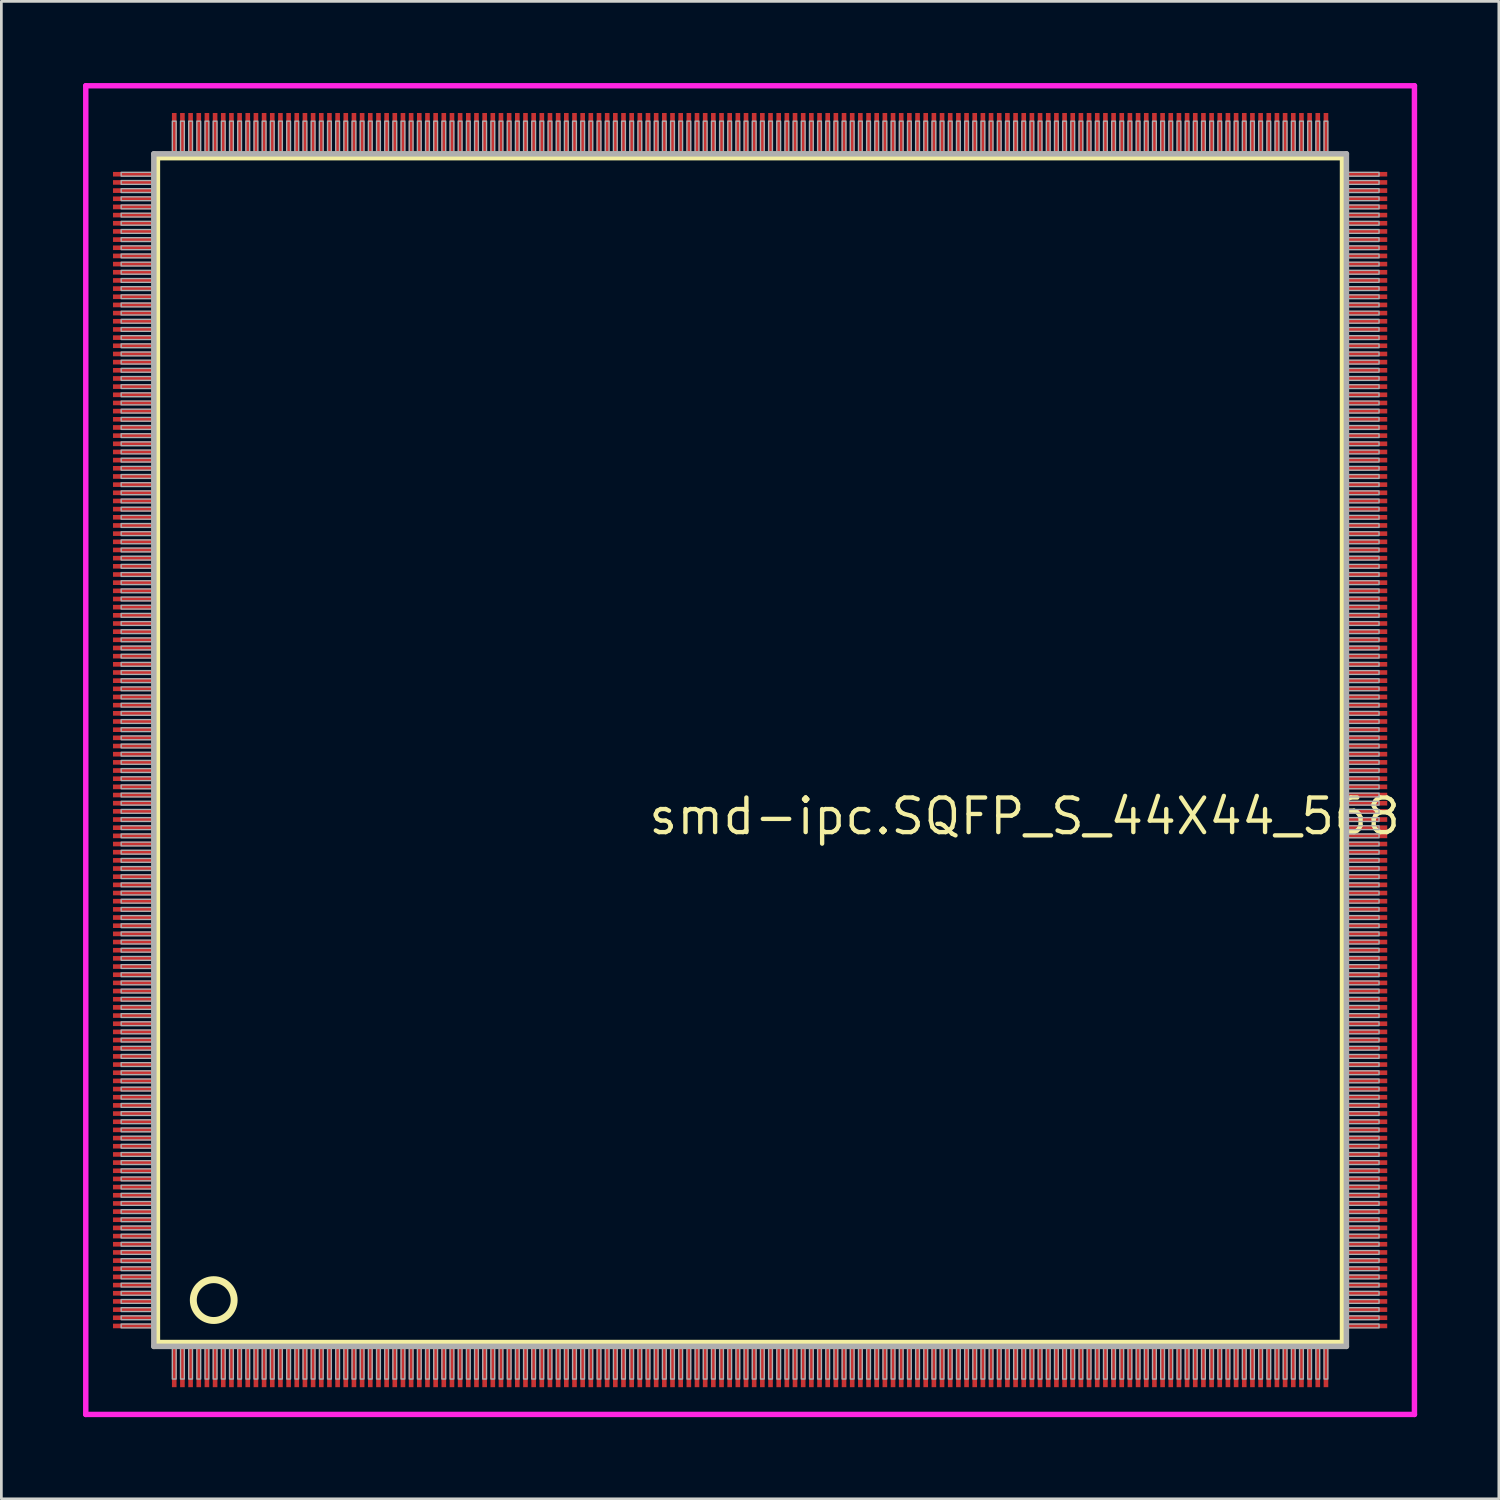
<source format=kicad_pcb>
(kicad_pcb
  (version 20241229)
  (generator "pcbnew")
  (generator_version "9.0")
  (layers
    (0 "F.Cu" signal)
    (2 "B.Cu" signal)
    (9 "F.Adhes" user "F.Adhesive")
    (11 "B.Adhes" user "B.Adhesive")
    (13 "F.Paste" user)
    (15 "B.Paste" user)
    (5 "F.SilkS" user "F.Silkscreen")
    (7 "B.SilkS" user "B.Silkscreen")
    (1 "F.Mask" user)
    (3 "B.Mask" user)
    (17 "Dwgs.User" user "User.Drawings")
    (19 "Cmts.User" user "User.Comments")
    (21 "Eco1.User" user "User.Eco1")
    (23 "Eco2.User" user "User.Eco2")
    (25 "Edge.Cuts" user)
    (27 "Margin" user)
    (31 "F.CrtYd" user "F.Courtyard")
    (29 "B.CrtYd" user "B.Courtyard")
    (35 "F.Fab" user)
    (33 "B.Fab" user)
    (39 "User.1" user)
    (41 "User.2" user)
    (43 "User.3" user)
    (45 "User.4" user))
  (footprint "smd-ipc.SQFP_S_44X44_568"
    (layer "F.Cu")
    (at 24.5 24.5)
    (property "Reference" "smd-ipc.SQFP_S_44X44_568" (at -3.81 3.175 0) (layer "F.SilkS") (effects (font (size 1.27 1.27) (thickness 0.16)) (justify left bottom)))
    (attr smd)
    (fp_line (start -21.77 -21.76) (end 21.76 -21.76) (stroke (width 0.203) (type default)) (layer "F.SilkS"))
    (fp_line (start -21.77 21.76) (end -21.77 -21.76) (stroke (width 0.203) (type default)) (layer "F.SilkS"))
    (fp_line (start 21.76 21.76) (end -21.77 21.76) (stroke (width 0.203) (type default)) (layer "F.SilkS"))
    (fp_line (start 21.76 -21.76) (end 21.76 21.76) (stroke (width 0.203) (type default)) (layer "F.SilkS"))
    (fp_circle (center -19.7 20.2) (end -18.95 20.2) (stroke (width 0.254) (type default)) (fill no) (layer "F.SilkS"))
    (fp_line (start -24.4 -24.4) (end 24.4 -24.4) (stroke (width 0.2) (type default)) (layer "F.CrtYd"))
    (fp_line (start -24.4 24.4) (end -24.4 -24.4) (stroke (width 0.2) (type default)) (layer "F.CrtYd"))
    (fp_line (start 24.4 -24.4) (end 24.4 24.4) (stroke (width 0.2) (type default)) (layer "F.CrtYd"))
    (fp_line (start 24.4 24.4) (end -24.4 24.4) (stroke (width 0.2) (type default)) (layer "F.CrtYd"))
    (fp_line (start -21.9 21.9) (end 21.9 21.9) (stroke (width 0.203) (type default)) (layer "F.Fab"))
    (fp_line (start -21.9 -21.9) (end -21.9 21.9) (stroke (width 0.203) (type default)) (layer "F.Fab"))
    (fp_line (start 21.9 21.9) (end 21.9 -21.9) (stroke (width 0.203) (type default)) (layer "F.Fab"))
    (fp_line (start 21.9 -21.9) (end -21.9 -21.9) (stroke (width 0.203) (type default)) (layer "F.Fab"))
    (fp_rect (start -23.1 -21.08) (end -21.97 -21.22) (stroke (width 0.05) (type default)) (fill no) (layer "F.Fab"))
    (fp_rect (start -23.1 -20.78) (end -21.97 -20.92) (stroke (width 0.05) (type default)) (fill no) (layer "F.Fab"))
    (fp_rect (start -23.1 -20.48) (end -21.97 -20.62) (stroke (width 0.05) (type default)) (fill no) (layer "F.Fab"))
    (fp_rect (start -23.1 -20.18) (end -21.97 -20.32) (stroke (width 0.05) (type default)) (fill no) (layer "F.Fab"))
    (fp_rect (start -23.1 -19.88) (end -21.97 -20.02) (stroke (width 0.05) (type default)) (fill no) (layer "F.Fab"))
    (fp_rect (start -23.1 -19.58) (end -21.97 -19.72) (stroke (width 0.05) (type default)) (fill no) (layer "F.Fab"))
    (fp_rect (start -23.1 -19.28) (end -21.97 -19.42) (stroke (width 0.05) (type default)) (fill no) (layer "F.Fab"))
    (fp_rect (start -23.1 -18.98) (end -21.97 -19.12) (stroke (width 0.05) (type default)) (fill no) (layer "F.Fab"))
    (fp_rect (start -23.1 -18.68) (end -21.97 -18.82) (stroke (width 0.05) (type default)) (fill no) (layer "F.Fab"))
    (fp_rect (start -23.1 -18.38) (end -21.97 -18.52) (stroke (width 0.05) (type default)) (fill no) (layer "F.Fab"))
    (fp_rect (start -23.1 -18.08) (end -21.97 -18.22) (stroke (width 0.05) (type default)) (fill no) (layer "F.Fab"))
    (fp_rect (start -23.1 -17.78) (end -21.97 -17.92) (stroke (width 0.05) (type default)) (fill no) (layer "F.Fab"))
    (fp_rect (start -23.1 -17.48) (end -21.97 -17.62) (stroke (width 0.05) (type default)) (fill no) (layer "F.Fab"))
    (fp_rect (start -23.1 -17.18) (end -21.97 -17.32) (stroke (width 0.05) (type default)) (fill no) (layer "F.Fab"))
    (fp_rect (start -23.1 -16.88) (end -21.97 -17.02) (stroke (width 0.05) (type default)) (fill no) (layer "F.Fab"))
    (fp_rect (start -23.1 -16.58) (end -21.97 -16.72) (stroke (width 0.05) (type default)) (fill no) (layer "F.Fab"))
    (fp_rect (start -23.1 -16.28) (end -21.97 -16.42) (stroke (width 0.05) (type default)) (fill no) (layer "F.Fab"))
    (fp_rect (start -23.1 -15.98) (end -21.97 -16.12) (stroke (width 0.05) (type default)) (fill no) (layer "F.Fab"))
    (fp_rect (start -23.1 -15.68) (end -21.97 -15.82) (stroke (width 0.05) (type default)) (fill no) (layer "F.Fab"))
    (fp_rect (start -23.1 -15.38) (end -21.97 -15.52) (stroke (width 0.05) (type default)) (fill no) (layer "F.Fab"))
    (fp_rect (start -23.1 -15.08) (end -21.97 -15.22) (stroke (width 0.05) (type default)) (fill no) (layer "F.Fab"))
    (fp_rect (start -23.1 -14.78) (end -21.97 -14.92) (stroke (width 0.05) (type default)) (fill no) (layer "F.Fab"))
    (fp_rect (start -23.1 -14.48) (end -21.97 -14.62) (stroke (width 0.05) (type default)) (fill no) (layer "F.Fab"))
    (fp_rect (start -23.1 -14.18) (end -21.97 -14.32) (stroke (width 0.05) (type default)) (fill no) (layer "F.Fab"))
    (fp_rect (start -23.1 -13.88) (end -21.97 -14.02) (stroke (width 0.05) (type default)) (fill no) (layer "F.Fab"))
    (fp_rect (start -23.1 -13.58) (end -21.97 -13.72) (stroke (width 0.05) (type default)) (fill no) (layer "F.Fab"))
    (fp_rect (start -23.1 -13.28) (end -21.97 -13.42) (stroke (width 0.05) (type default)) (fill no) (layer "F.Fab"))
    (fp_rect (start -23.1 -12.98) (end -21.97 -13.12) (stroke (width 0.05) (type default)) (fill no) (layer "F.Fab"))
    (fp_rect (start -23.1 -12.68) (end -21.97 -12.82) (stroke (width 0.05) (type default)) (fill no) (layer "F.Fab"))
    (fp_rect (start -23.1 -12.38) (end -21.97 -12.52) (stroke (width 0.05) (type default)) (fill no) (layer "F.Fab"))
    (fp_rect (start -23.1 -12.08) (end -21.97 -12.22) (stroke (width 0.05) (type default)) (fill no) (layer "F.Fab"))
    (fp_rect (start -23.1 -11.78) (end -21.97 -11.92) (stroke (width 0.05) (type default)) (fill no) (layer "F.Fab"))
    (fp_rect (start -23.1 -11.48) (end -21.97 -11.62) (stroke (width 0.05) (type default)) (fill no) (layer "F.Fab"))
    (fp_rect (start -23.1 -11.18) (end -21.97 -11.32) (stroke (width 0.05) (type default)) (fill no) (layer "F.Fab"))
    (fp_rect (start -23.1 -10.88) (end -21.97 -11.02) (stroke (width 0.05) (type default)) (fill no) (layer "F.Fab"))
    (fp_rect (start -23.1 -10.58) (end -21.97 -10.72) (stroke (width 0.05) (type default)) (fill no) (layer "F.Fab"))
    (fp_rect (start -23.1 -10.28) (end -21.97 -10.42) (stroke (width 0.05) (type default)) (fill no) (layer "F.Fab"))
    (fp_rect (start -23.1 -9.98) (end -21.97 -10.12) (stroke (width 0.05) (type default)) (fill no) (layer "F.Fab"))
    (fp_rect (start -23.1 -9.68) (end -21.97 -9.82) (stroke (width 0.05) (type default)) (fill no) (layer "F.Fab"))
    (fp_rect (start -23.1 -9.38) (end -21.97 -9.52) (stroke (width 0.05) (type default)) (fill no) (layer "F.Fab"))
    (fp_rect (start -23.1 -9.08) (end -21.97 -9.22) (stroke (width 0.05) (type default)) (fill no) (layer "F.Fab"))
    (fp_rect (start -23.1 -8.78) (end -21.97 -8.92) (stroke (width 0.05) (type default)) (fill no) (layer "F.Fab"))
    (fp_rect (start -23.1 -8.48) (end -21.97 -8.62) (stroke (width 0.05) (type default)) (fill no) (layer "F.Fab"))
    (fp_rect (start -23.1 -8.18) (end -21.97 -8.32) (stroke (width 0.05) (type default)) (fill no) (layer "F.Fab"))
    (fp_rect (start -23.1 -7.88) (end -21.97 -8.02) (stroke (width 0.05) (type default)) (fill no) (layer "F.Fab"))
    (fp_rect (start -23.1 -7.58) (end -21.97 -7.72) (stroke (width 0.05) (type default)) (fill no) (layer "F.Fab"))
    (fp_rect (start -23.1 -7.28) (end -21.97 -7.42) (stroke (width 0.05) (type default)) (fill no) (layer "F.Fab"))
    (fp_rect (start -23.1 -6.98) (end -21.97 -7.12) (stroke (width 0.05) (type default)) (fill no) (layer "F.Fab"))
    (fp_rect (start -23.1 -6.68) (end -21.97 -6.82) (stroke (width 0.05) (type default)) (fill no) (layer "F.Fab"))
    (fp_rect (start -23.1 -6.38) (end -21.97 -6.52) (stroke (width 0.05) (type default)) (fill no) (layer "F.Fab"))
    (fp_rect (start -23.1 -6.08) (end -21.97 -6.22) (stroke (width 0.05) (type default)) (fill no) (layer "F.Fab"))
    (fp_rect (start -23.1 -5.78) (end -21.97 -5.92) (stroke (width 0.05) (type default)) (fill no) (layer "F.Fab"))
    (fp_rect (start -23.1 -5.48) (end -21.97 -5.62) (stroke (width 0.05) (type default)) (fill no) (layer "F.Fab"))
    (fp_rect (start -23.1 -5.18) (end -21.97 -5.32) (stroke (width 0.05) (type default)) (fill no) (layer "F.Fab"))
    (fp_rect (start -23.1 -4.88) (end -21.97 -5.02) (stroke (width 0.05) (type default)) (fill no) (layer "F.Fab"))
    (fp_rect (start -23.1 -4.58) (end -21.97 -4.72) (stroke (width 0.05) (type default)) (fill no) (layer "F.Fab"))
    (fp_rect (start -23.1 -4.28) (end -21.97 -4.42) (stroke (width 0.05) (type default)) (fill no) (layer "F.Fab"))
    (fp_rect (start -23.1 -3.98) (end -21.97 -4.12) (stroke (width 0.05) (type default)) (fill no) (layer "F.Fab"))
    (fp_rect (start -23.1 -3.68) (end -21.97 -3.82) (stroke (width 0.05) (type default)) (fill no) (layer "F.Fab"))
    (fp_rect (start -23.1 -3.38) (end -21.97 -3.52) (stroke (width 0.05) (type default)) (fill no) (layer "F.Fab"))
    (fp_rect (start -23.1 -3.08) (end -21.97 -3.22) (stroke (width 0.05) (type default)) (fill no) (layer "F.Fab"))
    (fp_rect (start -23.1 -2.78) (end -21.97 -2.92) (stroke (width 0.05) (type default)) (fill no) (layer "F.Fab"))
    (fp_rect (start -23.1 -2.48) (end -21.97 -2.62) (stroke (width 0.05) (type default)) (fill no) (layer "F.Fab"))
    (fp_rect (start -23.1 -2.18) (end -21.97 -2.32) (stroke (width 0.05) (type default)) (fill no) (layer "F.Fab"))
    (fp_rect (start -23.1 -1.88) (end -21.97 -2.02) (stroke (width 0.05) (type default)) (fill no) (layer "F.Fab"))
    (fp_rect (start -23.1 -1.58) (end -21.97 -1.72) (stroke (width 0.05) (type default)) (fill no) (layer "F.Fab"))
    (fp_rect (start -23.1 -1.28) (end -21.97 -1.42) (stroke (width 0.05) (type default)) (fill no) (layer "F.Fab"))
    (fp_rect (start -23.1 -0.98) (end -21.97 -1.12) (stroke (width 0.05) (type default)) (fill no) (layer "F.Fab"))
    (fp_rect (start -23.1 -0.68) (end -21.97 -0.82) (stroke (width 0.05) (type default)) (fill no) (layer "F.Fab"))
    (fp_rect (start -23.1 -0.38) (end -21.97 -0.52) (stroke (width 0.05) (type default)) (fill no) (layer "F.Fab"))
    (fp_rect (start -23.1 -0.08) (end -21.97 -0.22) (stroke (width 0.05) (type default)) (fill no) (layer "F.Fab"))
    (fp_rect (start -23.1 0.22) (end -21.97 0.08) (stroke (width 0.05) (type default)) (fill no) (layer "F.Fab"))
    (fp_rect (start -23.1 0.52) (end -21.97 0.38) (stroke (width 0.05) (type default)) (fill no) (layer "F.Fab"))
    (fp_rect (start -23.1 0.82) (end -21.97 0.68) (stroke (width 0.05) (type default)) (fill no) (layer "F.Fab"))
    (fp_rect (start -23.1 1.12) (end -21.97 0.98) (stroke (width 0.05) (type default)) (fill no) (layer "F.Fab"))
    (fp_rect (start -23.1 1.42) (end -21.97 1.28) (stroke (width 0.05) (type default)) (fill no) (layer "F.Fab"))
    (fp_rect (start -23.1 1.72) (end -21.97 1.58) (stroke (width 0.05) (type default)) (fill no) (layer "F.Fab"))
    (fp_rect (start -23.1 2.02) (end -21.97 1.88) (stroke (width 0.05) (type default)) (fill no) (layer "F.Fab"))
    (fp_rect (start -23.1 2.32) (end -21.97 2.18) (stroke (width 0.05) (type default)) (fill no) (layer "F.Fab"))
    (fp_rect (start -23.1 2.62) (end -21.97 2.48) (stroke (width 0.05) (type default)) (fill no) (layer "F.Fab"))
    (fp_rect (start -23.1 2.92) (end -21.97 2.78) (stroke (width 0.05) (type default)) (fill no) (layer "F.Fab"))
    (fp_rect (start -23.1 3.22) (end -21.97 3.08) (stroke (width 0.05) (type default)) (fill no) (layer "F.Fab"))
    (fp_rect (start -23.1 3.52) (end -21.97 3.38) (stroke (width 0.05) (type default)) (fill no) (layer "F.Fab"))
    (fp_rect (start -23.1 3.82) (end -21.97 3.68) (stroke (width 0.05) (type default)) (fill no) (layer "F.Fab"))
    (fp_rect (start -23.1 4.12) (end -21.97 3.98) (stroke (width 0.05) (type default)) (fill no) (layer "F.Fab"))
    (fp_rect (start -23.1 4.42) (end -21.97 4.28) (stroke (width 0.05) (type default)) (fill no) (layer "F.Fab"))
    (fp_rect (start -23.1 4.72) (end -21.97 4.58) (stroke (width 0.05) (type default)) (fill no) (layer "F.Fab"))
    (fp_rect (start -23.1 5.02) (end -21.97 4.88) (stroke (width 0.05) (type default)) (fill no) (layer "F.Fab"))
    (fp_rect (start -23.1 5.32) (end -21.97 5.18) (stroke (width 0.05) (type default)) (fill no) (layer "F.Fab"))
    (fp_rect (start -23.1 5.62) (end -21.97 5.48) (stroke (width 0.05) (type default)) (fill no) (layer "F.Fab"))
    (fp_rect (start -23.1 5.92) (end -21.97 5.78) (stroke (width 0.05) (type default)) (fill no) (layer "F.Fab"))
    (fp_rect (start -23.1 6.22) (end -21.97 6.08) (stroke (width 0.05) (type default)) (fill no) (layer "F.Fab"))
    (fp_rect (start -23.1 6.52) (end -21.97 6.38) (stroke (width 0.05) (type default)) (fill no) (layer "F.Fab"))
    (fp_rect (start -23.1 6.82) (end -21.97 6.68) (stroke (width 0.05) (type default)) (fill no) (layer "F.Fab"))
    (fp_rect (start -23.1 7.12) (end -21.97 6.98) (stroke (width 0.05) (type default)) (fill no) (layer "F.Fab"))
    (fp_rect (start -23.1 7.42) (end -21.97 7.28) (stroke (width 0.05) (type default)) (fill no) (layer "F.Fab"))
    (fp_rect (start -23.1 7.72) (end -21.97 7.58) (stroke (width 0.05) (type default)) (fill no) (layer "F.Fab"))
    (fp_rect (start -23.1 8.02) (end -21.97 7.88) (stroke (width 0.05) (type default)) (fill no) (layer "F.Fab"))
    (fp_rect (start -23.1 8.32) (end -21.97 8.18) (stroke (width 0.05) (type default)) (fill no) (layer "F.Fab"))
    (fp_rect (start -23.1 8.62) (end -21.97 8.48) (stroke (width 0.05) (type default)) (fill no) (layer "F.Fab"))
    (fp_rect (start -23.1 8.92) (end -21.97 8.78) (stroke (width 0.05) (type default)) (fill no) (layer "F.Fab"))
    (fp_rect (start -23.1 9.22) (end -21.97 9.08) (stroke (width 0.05) (type default)) (fill no) (layer "F.Fab"))
    (fp_rect (start -23.1 9.52) (end -21.97 9.38) (stroke (width 0.05) (type default)) (fill no) (layer "F.Fab"))
    (fp_rect (start -23.1 9.82) (end -21.97 9.68) (stroke (width 0.05) (type default)) (fill no) (layer "F.Fab"))
    (fp_rect (start -23.1 10.12) (end -21.97 9.98) (stroke (width 0.05) (type default)) (fill no) (layer "F.Fab"))
    (fp_rect (start -23.1 10.42) (end -21.97 10.28) (stroke (width 0.05) (type default)) (fill no) (layer "F.Fab"))
    (fp_rect (start -23.1 10.72) (end -21.97 10.58) (stroke (width 0.05) (type default)) (fill no) (layer "F.Fab"))
    (fp_rect (start -23.1 11.02) (end -21.97 10.88) (stroke (width 0.05) (type default)) (fill no) (layer "F.Fab"))
    (fp_rect (start -23.1 11.32) (end -21.97 11.18) (stroke (width 0.05) (type default)) (fill no) (layer "F.Fab"))
    (fp_rect (start -23.1 11.62) (end -21.97 11.48) (stroke (width 0.05) (type default)) (fill no) (layer "F.Fab"))
    (fp_rect (start -23.1 11.92) (end -21.97 11.78) (stroke (width 0.05) (type default)) (fill no) (layer "F.Fab"))
    (fp_rect (start -23.1 12.22) (end -21.97 12.08) (stroke (width 0.05) (type default)) (fill no) (layer "F.Fab"))
    (fp_rect (start -23.1 12.52) (end -21.97 12.38) (stroke (width 0.05) (type default)) (fill no) (layer "F.Fab"))
    (fp_rect (start -23.1 12.82) (end -21.97 12.68) (stroke (width 0.05) (type default)) (fill no) (layer "F.Fab"))
    (fp_rect (start -23.1 13.12) (end -21.97 12.98) (stroke (width 0.05) (type default)) (fill no) (layer "F.Fab"))
    (fp_rect (start -23.1 13.42) (end -21.97 13.28) (stroke (width 0.05) (type default)) (fill no) (layer "F.Fab"))
    (fp_rect (start -23.1 13.72) (end -21.97 13.58) (stroke (width 0.05) (type default)) (fill no) (layer "F.Fab"))
    (fp_rect (start -23.1 14.02) (end -21.97 13.88) (stroke (width 0.05) (type default)) (fill no) (layer "F.Fab"))
    (fp_rect (start -23.1 14.32) (end -21.97 14.18) (stroke (width 0.05) (type default)) (fill no) (layer "F.Fab"))
    (fp_rect (start -23.1 14.62) (end -21.97 14.48) (stroke (width 0.05) (type default)) (fill no) (layer "F.Fab"))
    (fp_rect (start -23.1 14.92) (end -21.97 14.78) (stroke (width 0.05) (type default)) (fill no) (layer "F.Fab"))
    (fp_rect (start -23.1 15.22) (end -21.97 15.08) (stroke (width 0.05) (type default)) (fill no) (layer "F.Fab"))
    (fp_rect (start -23.1 15.52) (end -21.97 15.38) (stroke (width 0.05) (type default)) (fill no) (layer "F.Fab"))
    (fp_rect (start -23.1 15.82) (end -21.97 15.68) (stroke (width 0.05) (type default)) (fill no) (layer "F.Fab"))
    (fp_rect (start -23.1 16.12) (end -21.97 15.98) (stroke (width 0.05) (type default)) (fill no) (layer "F.Fab"))
    (fp_rect (start -23.1 16.42) (end -21.97 16.28) (stroke (width 0.05) (type default)) (fill no) (layer "F.Fab"))
    (fp_rect (start -23.1 16.72) (end -21.97 16.58) (stroke (width 0.05) (type default)) (fill no) (layer "F.Fab"))
    (fp_rect (start -23.1 17.02) (end -21.97 16.88) (stroke (width 0.05) (type default)) (fill no) (layer "F.Fab"))
    (fp_rect (start -23.1 17.32) (end -21.97 17.18) (stroke (width 0.05) (type default)) (fill no) (layer "F.Fab"))
    (fp_rect (start -23.1 17.62) (end -21.97 17.48) (stroke (width 0.05) (type default)) (fill no) (layer "F.Fab"))
    (fp_rect (start -23.1 17.92) (end -21.97 17.78) (stroke (width 0.05) (type default)) (fill no) (layer "F.Fab"))
    (fp_rect (start -23.1 18.22) (end -21.97 18.08) (stroke (width 0.05) (type default)) (fill no) (layer "F.Fab"))
    (fp_rect (start -23.1 18.52) (end -21.97 18.38) (stroke (width 0.05) (type default)) (fill no) (layer "F.Fab"))
    (fp_rect (start -23.1 18.82) (end -21.97 18.68) (stroke (width 0.05) (type default)) (fill no) (layer "F.Fab"))
    (fp_rect (start -23.1 19.12) (end -21.97 18.98) (stroke (width 0.05) (type default)) (fill no) (layer "F.Fab"))
    (fp_rect (start -23.1 19.42) (end -21.97 19.28) (stroke (width 0.05) (type default)) (fill no) (layer "F.Fab"))
    (fp_rect (start -23.1 19.72) (end -21.97 19.58) (stroke (width 0.05) (type default)) (fill no) (layer "F.Fab"))
    (fp_rect (start -23.1 20.02) (end -21.97 19.88) (stroke (width 0.05) (type default)) (fill no) (layer "F.Fab"))
    (fp_rect (start -23.1 20.32) (end -21.97 20.18) (stroke (width 0.05) (type default)) (fill no) (layer "F.Fab"))
    (fp_rect (start -23.1 20.62) (end -21.97 20.48) (stroke (width 0.05) (type default)) (fill no) (layer "F.Fab"))
    (fp_rect (start -23.1 20.92) (end -21.97 20.78) (stroke (width 0.05) (type default)) (fill no) (layer "F.Fab"))
    (fp_rect (start -23.1 21.22) (end -21.97 21.08) (stroke (width 0.05) (type default)) (fill no) (layer "F.Fab"))
    (fp_rect (start -21.22 -21.97) (end -21.08 -23.1) (stroke (width 0.05) (type default)) (fill no) (layer "F.Fab"))
    (fp_rect (start -21.22 23.1) (end -21.08 21.97) (stroke (width 0.05) (type default)) (fill no) (layer "F.Fab"))
    (fp_rect (start -20.92 -21.97) (end -20.78 -23.1) (stroke (width 0.05) (type default)) (fill no) (layer "F.Fab"))
    (fp_rect (start -20.92 23.1) (end -20.78 21.97) (stroke (width 0.05) (type default)) (fill no) (layer "F.Fab"))
    (fp_rect (start -20.62 -21.97) (end -20.48 -23.1) (stroke (width 0.05) (type default)) (fill no) (layer "F.Fab"))
    (fp_rect (start -20.62 23.1) (end -20.48 21.97) (stroke (width 0.05) (type default)) (fill no) (layer "F.Fab"))
    (fp_rect (start -20.32 -21.97) (end -20.18 -23.1) (stroke (width 0.05) (type default)) (fill no) (layer "F.Fab"))
    (fp_rect (start -20.32 23.1) (end -20.18 21.97) (stroke (width 0.05) (type default)) (fill no) (layer "F.Fab"))
    (fp_rect (start -20.02 -21.97) (end -19.88 -23.1) (stroke (width 0.05) (type default)) (fill no) (layer "F.Fab"))
    (fp_rect (start -20.02 23.1) (end -19.88 21.97) (stroke (width 0.05) (type default)) (fill no) (layer "F.Fab"))
    (fp_rect (start -19.72 -21.97) (end -19.58 -23.1) (stroke (width 0.05) (type default)) (fill no) (layer "F.Fab"))
    (fp_rect (start -19.72 23.1) (end -19.58 21.97) (stroke (width 0.05) (type default)) (fill no) (layer "F.Fab"))
    (fp_rect (start -19.42 -21.97) (end -19.28 -23.1) (stroke (width 0.05) (type default)) (fill no) (layer "F.Fab"))
    (fp_rect (start -19.42 23.1) (end -19.28 21.97) (stroke (width 0.05) (type default)) (fill no) (layer "F.Fab"))
    (fp_rect (start -19.12 -21.97) (end -18.98 -23.1) (stroke (width 0.05) (type default)) (fill no) (layer "F.Fab"))
    (fp_rect (start -19.12 23.1) (end -18.98 21.97) (stroke (width 0.05) (type default)) (fill no) (layer "F.Fab"))
    (fp_rect (start -18.82 -21.97) (end -18.68 -23.1) (stroke (width 0.05) (type default)) (fill no) (layer "F.Fab"))
    (fp_rect (start -18.82 23.1) (end -18.68 21.97) (stroke (width 0.05) (type default)) (fill no) (layer "F.Fab"))
    (fp_rect (start -18.52 -21.97) (end -18.38 -23.1) (stroke (width 0.05) (type default)) (fill no) (layer "F.Fab"))
    (fp_rect (start -18.52 23.1) (end -18.38 21.97) (stroke (width 0.05) (type default)) (fill no) (layer "F.Fab"))
    (fp_rect (start -18.22 -21.97) (end -18.08 -23.1) (stroke (width 0.05) (type default)) (fill no) (layer "F.Fab"))
    (fp_rect (start -18.22 23.1) (end -18.08 21.97) (stroke (width 0.05) (type default)) (fill no) (layer "F.Fab"))
    (fp_rect (start -17.92 -21.97) (end -17.78 -23.1) (stroke (width 0.05) (type default)) (fill no) (layer "F.Fab"))
    (fp_rect (start -17.92 23.1) (end -17.78 21.97) (stroke (width 0.05) (type default)) (fill no) (layer "F.Fab"))
    (fp_rect (start -17.62 -21.97) (end -17.48 -23.1) (stroke (width 0.05) (type default)) (fill no) (layer "F.Fab"))
    (fp_rect (start -17.62 23.1) (end -17.48 21.97) (stroke (width 0.05) (type default)) (fill no) (layer "F.Fab"))
    (fp_rect (start -17.32 -21.97) (end -17.18 -23.1) (stroke (width 0.05) (type default)) (fill no) (layer "F.Fab"))
    (fp_rect (start -17.32 23.1) (end -17.18 21.97) (stroke (width 0.05) (type default)) (fill no) (layer "F.Fab"))
    (fp_rect (start -17.02 -21.97) (end -16.88 -23.1) (stroke (width 0.05) (type default)) (fill no) (layer "F.Fab"))
    (fp_rect (start -17.02 23.1) (end -16.88 21.97) (stroke (width 0.05) (type default)) (fill no) (layer "F.Fab"))
    (fp_rect (start -16.72 -21.97) (end -16.58 -23.1) (stroke (width 0.05) (type default)) (fill no) (layer "F.Fab"))
    (fp_rect (start -16.72 23.1) (end -16.58 21.97) (stroke (width 0.05) (type default)) (fill no) (layer "F.Fab"))
    (fp_rect (start -16.42 -21.97) (end -16.28 -23.1) (stroke (width 0.05) (type default)) (fill no) (layer "F.Fab"))
    (fp_rect (start -16.42 23.1) (end -16.28 21.97) (stroke (width 0.05) (type default)) (fill no) (layer "F.Fab"))
    (fp_rect (start -16.12 -21.97) (end -15.98 -23.1) (stroke (width 0.05) (type default)) (fill no) (layer "F.Fab"))
    (fp_rect (start -16.12 23.1) (end -15.98 21.97) (stroke (width 0.05) (type default)) (fill no) (layer "F.Fab"))
    (fp_rect (start -15.82 -21.97) (end -15.68 -23.1) (stroke (width 0.05) (type default)) (fill no) (layer "F.Fab"))
    (fp_rect (start -15.82 23.1) (end -15.68 21.97) (stroke (width 0.05) (type default)) (fill no) (layer "F.Fab"))
    (fp_rect (start -15.52 -21.97) (end -15.38 -23.1) (stroke (width 0.05) (type default)) (fill no) (layer "F.Fab"))
    (fp_rect (start -15.52 23.1) (end -15.38 21.97) (stroke (width 0.05) (type default)) (fill no) (layer "F.Fab"))
    (fp_rect (start -15.22 -21.97) (end -15.08 -23.1) (stroke (width 0.05) (type default)) (fill no) (layer "F.Fab"))
    (fp_rect (start -15.22 23.1) (end -15.08 21.97) (stroke (width 0.05) (type default)) (fill no) (layer "F.Fab"))
    (fp_rect (start -14.92 -21.97) (end -14.78 -23.1) (stroke (width 0.05) (type default)) (fill no) (layer "F.Fab"))
    (fp_rect (start -14.92 23.1) (end -14.78 21.97) (stroke (width 0.05) (type default)) (fill no) (layer "F.Fab"))
    (fp_rect (start -14.62 -21.97) (end -14.48 -23.1) (stroke (width 0.05) (type default)) (fill no) (layer "F.Fab"))
    (fp_rect (start -14.62 23.1) (end -14.48 21.97) (stroke (width 0.05) (type default)) (fill no) (layer "F.Fab"))
    (fp_rect (start -14.32 -21.97) (end -14.18 -23.1) (stroke (width 0.05) (type default)) (fill no) (layer "F.Fab"))
    (fp_rect (start -14.32 23.1) (end -14.18 21.97) (stroke (width 0.05) (type default)) (fill no) (layer "F.Fab"))
    (fp_rect (start -14.02 -21.97) (end -13.88 -23.1) (stroke (width 0.05) (type default)) (fill no) (layer "F.Fab"))
    (fp_rect (start -14.02 23.1) (end -13.88 21.97) (stroke (width 0.05) (type default)) (fill no) (layer "F.Fab"))
    (fp_rect (start -13.72 -21.97) (end -13.58 -23.1) (stroke (width 0.05) (type default)) (fill no) (layer "F.Fab"))
    (fp_rect (start -13.72 23.1) (end -13.58 21.97) (stroke (width 0.05) (type default)) (fill no) (layer "F.Fab"))
    (fp_rect (start -13.42 -21.97) (end -13.28 -23.1) (stroke (width 0.05) (type default)) (fill no) (layer "F.Fab"))
    (fp_rect (start -13.42 23.1) (end -13.28 21.97) (stroke (width 0.05) (type default)) (fill no) (layer "F.Fab"))
    (fp_rect (start -13.12 -21.97) (end -12.98 -23.1) (stroke (width 0.05) (type default)) (fill no) (layer "F.Fab"))
    (fp_rect (start -13.12 23.1) (end -12.98 21.97) (stroke (width 0.05) (type default)) (fill no) (layer "F.Fab"))
    (fp_rect (start -12.82 -21.97) (end -12.68 -23.1) (stroke (width 0.05) (type default)) (fill no) (layer "F.Fab"))
    (fp_rect (start -12.82 23.1) (end -12.68 21.97) (stroke (width 0.05) (type default)) (fill no) (layer "F.Fab"))
    (fp_rect (start -12.52 -21.97) (end -12.38 -23.1) (stroke (width 0.05) (type default)) (fill no) (layer "F.Fab"))
    (fp_rect (start -12.52 23.1) (end -12.38 21.97) (stroke (width 0.05) (type default)) (fill no) (layer "F.Fab"))
    (fp_rect (start -12.22 -21.97) (end -12.08 -23.1) (stroke (width 0.05) (type default)) (fill no) (layer "F.Fab"))
    (fp_rect (start -12.22 23.1) (end -12.08 21.97) (stroke (width 0.05) (type default)) (fill no) (layer "F.Fab"))
    (fp_rect (start -11.92 -21.97) (end -11.78 -23.1) (stroke (width 0.05) (type default)) (fill no) (layer "F.Fab"))
    (fp_rect (start -11.92 23.1) (end -11.78 21.97) (stroke (width 0.05) (type default)) (fill no) (layer "F.Fab"))
    (fp_rect (start -11.62 -21.97) (end -11.48 -23.1) (stroke (width 0.05) (type default)) (fill no) (layer "F.Fab"))
    (fp_rect (start -11.62 23.1) (end -11.48 21.97) (stroke (width 0.05) (type default)) (fill no) (layer "F.Fab"))
    (fp_rect (start -11.32 -21.97) (end -11.18 -23.1) (stroke (width 0.05) (type default)) (fill no) (layer "F.Fab"))
    (fp_rect (start -11.32 23.1) (end -11.18 21.97) (stroke (width 0.05) (type default)) (fill no) (layer "F.Fab"))
    (fp_rect (start -11.02 -21.97) (end -10.88 -23.1) (stroke (width 0.05) (type default)) (fill no) (layer "F.Fab"))
    (fp_rect (start -11.02 23.1) (end -10.88 21.97) (stroke (width 0.05) (type default)) (fill no) (layer "F.Fab"))
    (fp_rect (start -10.72 -21.97) (end -10.58 -23.1) (stroke (width 0.05) (type default)) (fill no) (layer "F.Fab"))
    (fp_rect (start -10.72 23.1) (end -10.58 21.97) (stroke (width 0.05) (type default)) (fill no) (layer "F.Fab"))
    (fp_rect (start -10.42 -21.97) (end -10.28 -23.1) (stroke (width 0.05) (type default)) (fill no) (layer "F.Fab"))
    (fp_rect (start -10.42 23.1) (end -10.28 21.97) (stroke (width 0.05) (type default)) (fill no) (layer "F.Fab"))
    (fp_rect (start -10.12 -21.97) (end -9.98 -23.1) (stroke (width 0.05) (type default)) (fill no) (layer "F.Fab"))
    (fp_rect (start -10.12 23.1) (end -9.98 21.97) (stroke (width 0.05) (type default)) (fill no) (layer "F.Fab"))
    (fp_rect (start -9.82 -21.97) (end -9.68 -23.1) (stroke (width 0.05) (type default)) (fill no) (layer "F.Fab"))
    (fp_rect (start -9.82 23.1) (end -9.68 21.97) (stroke (width 0.05) (type default)) (fill no) (layer "F.Fab"))
    (fp_rect (start -9.52 -21.97) (end -9.38 -23.1) (stroke (width 0.05) (type default)) (fill no) (layer "F.Fab"))
    (fp_rect (start -9.52 23.1) (end -9.38 21.97) (stroke (width 0.05) (type default)) (fill no) (layer "F.Fab"))
    (fp_rect (start -9.22 -21.97) (end -9.08 -23.1) (stroke (width 0.05) (type default)) (fill no) (layer "F.Fab"))
    (fp_rect (start -9.22 23.1) (end -9.08 21.97) (stroke (width 0.05) (type default)) (fill no) (layer "F.Fab"))
    (fp_rect (start -8.92 -21.97) (end -8.78 -23.1) (stroke (width 0.05) (type default)) (fill no) (layer "F.Fab"))
    (fp_rect (start -8.92 23.1) (end -8.78 21.97) (stroke (width 0.05) (type default)) (fill no) (layer "F.Fab"))
    (fp_rect (start -8.62 -21.97) (end -8.48 -23.1) (stroke (width 0.05) (type default)) (fill no) (layer "F.Fab"))
    (fp_rect (start -8.62 23.1) (end -8.48 21.97) (stroke (width 0.05) (type default)) (fill no) (layer "F.Fab"))
    (fp_rect (start -8.32 -21.97) (end -8.18 -23.1) (stroke (width 0.05) (type default)) (fill no) (layer "F.Fab"))
    (fp_rect (start -8.32 23.1) (end -8.18 21.97) (stroke (width 0.05) (type default)) (fill no) (layer "F.Fab"))
    (fp_rect (start -8.02 -21.97) (end -7.88 -23.1) (stroke (width 0.05) (type default)) (fill no) (layer "F.Fab"))
    (fp_rect (start -8.02 23.1) (end -7.88 21.97) (stroke (width 0.05) (type default)) (fill no) (layer "F.Fab"))
    (fp_rect (start -7.72 -21.97) (end -7.58 -23.1) (stroke (width 0.05) (type default)) (fill no) (layer "F.Fab"))
    (fp_rect (start -7.72 23.1) (end -7.58 21.97) (stroke (width 0.05) (type default)) (fill no) (layer "F.Fab"))
    (fp_rect (start -7.42 -21.97) (end -7.28 -23.1) (stroke (width 0.05) (type default)) (fill no) (layer "F.Fab"))
    (fp_rect (start -7.42 23.1) (end -7.28 21.97) (stroke (width 0.05) (type default)) (fill no) (layer "F.Fab"))
    (fp_rect (start -7.12 -21.97) (end -6.98 -23.1) (stroke (width 0.05) (type default)) (fill no) (layer "F.Fab"))
    (fp_rect (start -7.12 23.1) (end -6.98 21.97) (stroke (width 0.05) (type default)) (fill no) (layer "F.Fab"))
    (fp_rect (start -6.82 -21.97) (end -6.68 -23.1) (stroke (width 0.05) (type default)) (fill no) (layer "F.Fab"))
    (fp_rect (start -6.82 23.1) (end -6.68 21.97) (stroke (width 0.05) (type default)) (fill no) (layer "F.Fab"))
    (fp_rect (start -6.52 -21.97) (end -6.38 -23.1) (stroke (width 0.05) (type default)) (fill no) (layer "F.Fab"))
    (fp_rect (start -6.52 23.1) (end -6.38 21.97) (stroke (width 0.05) (type default)) (fill no) (layer "F.Fab"))
    (fp_rect (start -6.22 -21.97) (end -6.08 -23.1) (stroke (width 0.05) (type default)) (fill no) (layer "F.Fab"))
    (fp_rect (start -6.22 23.1) (end -6.08 21.97) (stroke (width 0.05) (type default)) (fill no) (layer "F.Fab"))
    (fp_rect (start -5.92 -21.97) (end -5.78 -23.1) (stroke (width 0.05) (type default)) (fill no) (layer "F.Fab"))
    (fp_rect (start -5.92 23.1) (end -5.78 21.97) (stroke (width 0.05) (type default)) (fill no) (layer "F.Fab"))
    (fp_rect (start -5.62 -21.97) (end -5.48 -23.1) (stroke (width 0.05) (type default)) (fill no) (layer "F.Fab"))
    (fp_rect (start -5.62 23.1) (end -5.48 21.97) (stroke (width 0.05) (type default)) (fill no) (layer "F.Fab"))
    (fp_rect (start -5.32 -21.97) (end -5.18 -23.1) (stroke (width 0.05) (type default)) (fill no) (layer "F.Fab"))
    (fp_rect (start -5.32 23.1) (end -5.18 21.97) (stroke (width 0.05) (type default)) (fill no) (layer "F.Fab"))
    (fp_rect (start -5.02 -21.97) (end -4.88 -23.1) (stroke (width 0.05) (type default)) (fill no) (layer "F.Fab"))
    (fp_rect (start -5.02 23.1) (end -4.88 21.97) (stroke (width 0.05) (type default)) (fill no) (layer "F.Fab"))
    (fp_rect (start -4.72 -21.97) (end -4.58 -23.1) (stroke (width 0.05) (type default)) (fill no) (layer "F.Fab"))
    (fp_rect (start -4.72 23.1) (end -4.58 21.97) (stroke (width 0.05) (type default)) (fill no) (layer "F.Fab"))
    (fp_rect (start -4.42 -21.97) (end -4.28 -23.1) (stroke (width 0.05) (type default)) (fill no) (layer "F.Fab"))
    (fp_rect (start -4.42 23.1) (end -4.28 21.97) (stroke (width 0.05) (type default)) (fill no) (layer "F.Fab"))
    (fp_rect (start -4.12 -21.97) (end -3.98 -23.1) (stroke (width 0.05) (type default)) (fill no) (layer "F.Fab"))
    (fp_rect (start -4.12 23.1) (end -3.98 21.97) (stroke (width 0.05) (type default)) (fill no) (layer "F.Fab"))
    (fp_rect (start -3.82 -21.97) (end -3.68 -23.1) (stroke (width 0.05) (type default)) (fill no) (layer "F.Fab"))
    (fp_rect (start -3.82 23.1) (end -3.68 21.97) (stroke (width 0.05) (type default)) (fill no) (layer "F.Fab"))
    (fp_rect (start -3.52 -21.97) (end -3.38 -23.1) (stroke (width 0.05) (type default)) (fill no) (layer "F.Fab"))
    (fp_rect (start -3.52 23.1) (end -3.38 21.97) (stroke (width 0.05) (type default)) (fill no) (layer "F.Fab"))
    (fp_rect (start -3.22 -21.97) (end -3.08 -23.1) (stroke (width 0.05) (type default)) (fill no) (layer "F.Fab"))
    (fp_rect (start -3.22 23.1) (end -3.08 21.97) (stroke (width 0.05) (type default)) (fill no) (layer "F.Fab"))
    (fp_rect (start -2.92 -21.97) (end -2.78 -23.1) (stroke (width 0.05) (type default)) (fill no) (layer "F.Fab"))
    (fp_rect (start -2.92 23.1) (end -2.78 21.97) (stroke (width 0.05) (type default)) (fill no) (layer "F.Fab"))
    (fp_rect (start -2.62 -21.97) (end -2.48 -23.1) (stroke (width 0.05) (type default)) (fill no) (layer "F.Fab"))
    (fp_rect (start -2.62 23.1) (end -2.48 21.97) (stroke (width 0.05) (type default)) (fill no) (layer "F.Fab"))
    (fp_rect (start -2.32 -21.97) (end -2.18 -23.1) (stroke (width 0.05) (type default)) (fill no) (layer "F.Fab"))
    (fp_rect (start -2.32 23.1) (end -2.18 21.97) (stroke (width 0.05) (type default)) (fill no) (layer "F.Fab"))
    (fp_rect (start -2.02 -21.97) (end -1.88 -23.1) (stroke (width 0.05) (type default)) (fill no) (layer "F.Fab"))
    (fp_rect (start -2.02 23.1) (end -1.88 21.97) (stroke (width 0.05) (type default)) (fill no) (layer "F.Fab"))
    (fp_rect (start -1.72 -21.97) (end -1.58 -23.1) (stroke (width 0.05) (type default)) (fill no) (layer "F.Fab"))
    (fp_rect (start -1.72 23.1) (end -1.58 21.97) (stroke (width 0.05) (type default)) (fill no) (layer "F.Fab"))
    (fp_rect (start -1.42 -21.97) (end -1.28 -23.1) (stroke (width 0.05) (type default)) (fill no) (layer "F.Fab"))
    (fp_rect (start -1.42 23.1) (end -1.28 21.97) (stroke (width 0.05) (type default)) (fill no) (layer "F.Fab"))
    (fp_rect (start -1.12 -21.97) (end -0.98 -23.1) (stroke (width 0.05) (type default)) (fill no) (layer "F.Fab"))
    (fp_rect (start -1.12 23.1) (end -0.98 21.97) (stroke (width 0.05) (type default)) (fill no) (layer "F.Fab"))
    (fp_rect (start -0.82 -21.97) (end -0.68 -23.1) (stroke (width 0.05) (type default)) (fill no) (layer "F.Fab"))
    (fp_rect (start -0.82 23.1) (end -0.68 21.97) (stroke (width 0.05) (type default)) (fill no) (layer "F.Fab"))
    (fp_rect (start -0.52 -21.97) (end -0.38 -23.1) (stroke (width 0.05) (type default)) (fill no) (layer "F.Fab"))
    (fp_rect (start -0.52 23.1) (end -0.38 21.97) (stroke (width 0.05) (type default)) (fill no) (layer "F.Fab"))
    (fp_rect (start -0.22 -21.97) (end -0.08 -23.1) (stroke (width 0.05) (type default)) (fill no) (layer "F.Fab"))
    (fp_rect (start -0.22 23.1) (end -0.08 21.97) (stroke (width 0.05) (type default)) (fill no) (layer "F.Fab"))
    (fp_rect (start 0.08 -21.97) (end 0.22 -23.1) (stroke (width 0.05) (type default)) (fill no) (layer "F.Fab"))
    (fp_rect (start 0.08 23.1) (end 0.22 21.97) (stroke (width 0.05) (type default)) (fill no) (layer "F.Fab"))
    (fp_rect (start 0.38 -21.97) (end 0.52 -23.1) (stroke (width 0.05) (type default)) (fill no) (layer "F.Fab"))
    (fp_rect (start 0.38 23.1) (end 0.52 21.97) (stroke (width 0.05) (type default)) (fill no) (layer "F.Fab"))
    (fp_rect (start 0.68 -21.97) (end 0.82 -23.1) (stroke (width 0.05) (type default)) (fill no) (layer "F.Fab"))
    (fp_rect (start 0.68 23.1) (end 0.82 21.97) (stroke (width 0.05) (type default)) (fill no) (layer "F.Fab"))
    (fp_rect (start 0.98 -21.97) (end 1.12 -23.1) (stroke (width 0.05) (type default)) (fill no) (layer "F.Fab"))
    (fp_rect (start 0.98 23.1) (end 1.12 21.97) (stroke (width 0.05) (type default)) (fill no) (layer "F.Fab"))
    (fp_rect (start 1.28 -21.97) (end 1.42 -23.1) (stroke (width 0.05) (type default)) (fill no) (layer "F.Fab"))
    (fp_rect (start 1.28 23.1) (end 1.42 21.97) (stroke (width 0.05) (type default)) (fill no) (layer "F.Fab"))
    (fp_rect (start 1.58 -21.97) (end 1.72 -23.1) (stroke (width 0.05) (type default)) (fill no) (layer "F.Fab"))
    (fp_rect (start 1.58 23.1) (end 1.72 21.97) (stroke (width 0.05) (type default)) (fill no) (layer "F.Fab"))
    (fp_rect (start 1.88 -21.97) (end 2.02 -23.1) (stroke (width 0.05) (type default)) (fill no) (layer "F.Fab"))
    (fp_rect (start 1.88 23.1) (end 2.02 21.97) (stroke (width 0.05) (type default)) (fill no) (layer "F.Fab"))
    (fp_rect (start 2.18 -21.97) (end 2.32 -23.1) (stroke (width 0.05) (type default)) (fill no) (layer "F.Fab"))
    (fp_rect (start 2.18 23.1) (end 2.32 21.97) (stroke (width 0.05) (type default)) (fill no) (layer "F.Fab"))
    (fp_rect (start 2.48 -21.97) (end 2.62 -23.1) (stroke (width 0.05) (type default)) (fill no) (layer "F.Fab"))
    (fp_rect (start 2.48 23.1) (end 2.62 21.97) (stroke (width 0.05) (type default)) (fill no) (layer "F.Fab"))
    (fp_rect (start 2.78 -21.97) (end 2.92 -23.1) (stroke (width 0.05) (type default)) (fill no) (layer "F.Fab"))
    (fp_rect (start 2.78 23.1) (end 2.92 21.97) (stroke (width 0.05) (type default)) (fill no) (layer "F.Fab"))
    (fp_rect (start 3.08 -21.97) (end 3.22 -23.1) (stroke (width 0.05) (type default)) (fill no) (layer "F.Fab"))
    (fp_rect (start 3.08 23.1) (end 3.22 21.97) (stroke (width 0.05) (type default)) (fill no) (layer "F.Fab"))
    (fp_rect (start 3.38 -21.97) (end 3.52 -23.1) (stroke (width 0.05) (type default)) (fill no) (layer "F.Fab"))
    (fp_rect (start 3.38 23.1) (end 3.52 21.97) (stroke (width 0.05) (type default)) (fill no) (layer "F.Fab"))
    (fp_rect (start 3.68 -21.97) (end 3.82 -23.1) (stroke (width 0.05) (type default)) (fill no) (layer "F.Fab"))
    (fp_rect (start 3.68 23.1) (end 3.82 21.97) (stroke (width 0.05) (type default)) (fill no) (layer "F.Fab"))
    (fp_rect (start 3.98 -21.97) (end 4.12 -23.1) (stroke (width 0.05) (type default)) (fill no) (layer "F.Fab"))
    (fp_rect (start 3.98 23.1) (end 4.12 21.97) (stroke (width 0.05) (type default)) (fill no) (layer "F.Fab"))
    (fp_rect (start 4.28 -21.97) (end 4.42 -23.1) (stroke (width 0.05) (type default)) (fill no) (layer "F.Fab"))
    (fp_rect (start 4.28 23.1) (end 4.42 21.97) (stroke (width 0.05) (type default)) (fill no) (layer "F.Fab"))
    (fp_rect (start 4.58 -21.97) (end 4.72 -23.1) (stroke (width 0.05) (type default)) (fill no) (layer "F.Fab"))
    (fp_rect (start 4.58 23.1) (end 4.72 21.97) (stroke (width 0.05) (type default)) (fill no) (layer "F.Fab"))
    (fp_rect (start 4.88 -21.97) (end 5.02 -23.1) (stroke (width 0.05) (type default)) (fill no) (layer "F.Fab"))
    (fp_rect (start 4.88 23.1) (end 5.02 21.97) (stroke (width 0.05) (type default)) (fill no) (layer "F.Fab"))
    (fp_rect (start 5.18 -21.97) (end 5.32 -23.1) (stroke (width 0.05) (type default)) (fill no) (layer "F.Fab"))
    (fp_rect (start 5.18 23.1) (end 5.32 21.97) (stroke (width 0.05) (type default)) (fill no) (layer "F.Fab"))
    (fp_rect (start 5.48 -21.97) (end 5.62 -23.1) (stroke (width 0.05) (type default)) (fill no) (layer "F.Fab"))
    (fp_rect (start 5.48 23.1) (end 5.62 21.97) (stroke (width 0.05) (type default)) (fill no) (layer "F.Fab"))
    (fp_rect (start 5.78 -21.97) (end 5.92 -23.1) (stroke (width 0.05) (type default)) (fill no) (layer "F.Fab"))
    (fp_rect (start 5.78 23.1) (end 5.92 21.97) (stroke (width 0.05) (type default)) (fill no) (layer "F.Fab"))
    (fp_rect (start 6.08 -21.97) (end 6.22 -23.1) (stroke (width 0.05) (type default)) (fill no) (layer "F.Fab"))
    (fp_rect (start 6.08 23.1) (end 6.22 21.97) (stroke (width 0.05) (type default)) (fill no) (layer "F.Fab"))
    (fp_rect (start 6.38 -21.97) (end 6.52 -23.1) (stroke (width 0.05) (type default)) (fill no) (layer "F.Fab"))
    (fp_rect (start 6.38 23.1) (end 6.52 21.97) (stroke (width 0.05) (type default)) (fill no) (layer "F.Fab"))
    (fp_rect (start 6.68 -21.97) (end 6.82 -23.1) (stroke (width 0.05) (type default)) (fill no) (layer "F.Fab"))
    (fp_rect (start 6.68 23.1) (end 6.82 21.97) (stroke (width 0.05) (type default)) (fill no) (layer "F.Fab"))
    (fp_rect (start 6.98 -21.97) (end 7.12 -23.1) (stroke (width 0.05) (type default)) (fill no) (layer "F.Fab"))
    (fp_rect (start 6.98 23.1) (end 7.12 21.97) (stroke (width 0.05) (type default)) (fill no) (layer "F.Fab"))
    (fp_rect (start 7.28 -21.97) (end 7.42 -23.1) (stroke (width 0.05) (type default)) (fill no) (layer "F.Fab"))
    (fp_rect (start 7.28 23.1) (end 7.42 21.97) (stroke (width 0.05) (type default)) (fill no) (layer "F.Fab"))
    (fp_rect (start 7.58 -21.97) (end 7.72 -23.1) (stroke (width 0.05) (type default)) (fill no) (layer "F.Fab"))
    (fp_rect (start 7.58 23.1) (end 7.72 21.97) (stroke (width 0.05) (type default)) (fill no) (layer "F.Fab"))
    (fp_rect (start 7.88 -21.97) (end 8.02 -23.1) (stroke (width 0.05) (type default)) (fill no) (layer "F.Fab"))
    (fp_rect (start 7.88 23.1) (end 8.02 21.97) (stroke (width 0.05) (type default)) (fill no) (layer "F.Fab"))
    (fp_rect (start 8.18 -21.97) (end 8.32 -23.1) (stroke (width 0.05) (type default)) (fill no) (layer "F.Fab"))
    (fp_rect (start 8.18 23.1) (end 8.32 21.97) (stroke (width 0.05) (type default)) (fill no) (layer "F.Fab"))
    (fp_rect (start 8.48 -21.97) (end 8.62 -23.1) (stroke (width 0.05) (type default)) (fill no) (layer "F.Fab"))
    (fp_rect (start 8.48 23.1) (end 8.62 21.97) (stroke (width 0.05) (type default)) (fill no) (layer "F.Fab"))
    (fp_rect (start 8.78 -21.97) (end 8.92 -23.1) (stroke (width 0.05) (type default)) (fill no) (layer "F.Fab"))
    (fp_rect (start 8.78 23.1) (end 8.92 21.97) (stroke (width 0.05) (type default)) (fill no) (layer "F.Fab"))
    (fp_rect (start 9.08 -21.97) (end 9.22 -23.1) (stroke (width 0.05) (type default)) (fill no) (layer "F.Fab"))
    (fp_rect (start 9.08 23.1) (end 9.22 21.97) (stroke (width 0.05) (type default)) (fill no) (layer "F.Fab"))
    (fp_rect (start 9.38 -21.97) (end 9.52 -23.1) (stroke (width 0.05) (type default)) (fill no) (layer "F.Fab"))
    (fp_rect (start 9.38 23.1) (end 9.52 21.97) (stroke (width 0.05) (type default)) (fill no) (layer "F.Fab"))
    (fp_rect (start 9.68 -21.97) (end 9.82 -23.1) (stroke (width 0.05) (type default)) (fill no) (layer "F.Fab"))
    (fp_rect (start 9.68 23.1) (end 9.82 21.97) (stroke (width 0.05) (type default)) (fill no) (layer "F.Fab"))
    (fp_rect (start 9.98 -21.97) (end 10.12 -23.1) (stroke (width 0.05) (type default)) (fill no) (layer "F.Fab"))
    (fp_rect (start 9.98 23.1) (end 10.12 21.97) (stroke (width 0.05) (type default)) (fill no) (layer "F.Fab"))
    (fp_rect (start 10.28 -21.97) (end 10.42 -23.1) (stroke (width 0.05) (type default)) (fill no) (layer "F.Fab"))
    (fp_rect (start 10.28 23.1) (end 10.42 21.97) (stroke (width 0.05) (type default)) (fill no) (layer "F.Fab"))
    (fp_rect (start 10.58 -21.97) (end 10.72 -23.1) (stroke (width 0.05) (type default)) (fill no) (layer "F.Fab"))
    (fp_rect (start 10.58 23.1) (end 10.72 21.97) (stroke (width 0.05) (type default)) (fill no) (layer "F.Fab"))
    (fp_rect (start 10.88 -21.97) (end 11.02 -23.1) (stroke (width 0.05) (type default)) (fill no) (layer "F.Fab"))
    (fp_rect (start 10.88 23.1) (end 11.02 21.97) (stroke (width 0.05) (type default)) (fill no) (layer "F.Fab"))
    (fp_rect (start 11.18 -21.97) (end 11.32 -23.1) (stroke (width 0.05) (type default)) (fill no) (layer "F.Fab"))
    (fp_rect (start 11.18 23.1) (end 11.32 21.97) (stroke (width 0.05) (type default)) (fill no) (layer "F.Fab"))
    (fp_rect (start 11.48 -21.97) (end 11.62 -23.1) (stroke (width 0.05) (type default)) (fill no) (layer "F.Fab"))
    (fp_rect (start 11.48 23.1) (end 11.62 21.97) (stroke (width 0.05) (type default)) (fill no) (layer "F.Fab"))
    (fp_rect (start 11.78 -21.97) (end 11.92 -23.1) (stroke (width 0.05) (type default)) (fill no) (layer "F.Fab"))
    (fp_rect (start 11.78 23.1) (end 11.92 21.97) (stroke (width 0.05) (type default)) (fill no) (layer "F.Fab"))
    (fp_rect (start 12.08 -21.97) (end 12.22 -23.1) (stroke (width 0.05) (type default)) (fill no) (layer "F.Fab"))
    (fp_rect (start 12.08 23.1) (end 12.22 21.97) (stroke (width 0.05) (type default)) (fill no) (layer "F.Fab"))
    (fp_rect (start 12.38 -21.97) (end 12.52 -23.1) (stroke (width 0.05) (type default)) (fill no) (layer "F.Fab"))
    (fp_rect (start 12.38 23.1) (end 12.52 21.97) (stroke (width 0.05) (type default)) (fill no) (layer "F.Fab"))
    (fp_rect (start 12.68 -21.97) (end 12.82 -23.1) (stroke (width 0.05) (type default)) (fill no) (layer "F.Fab"))
    (fp_rect (start 12.68 23.1) (end 12.82 21.97) (stroke (width 0.05) (type default)) (fill no) (layer "F.Fab"))
    (fp_rect (start 12.98 -21.97) (end 13.12 -23.1) (stroke (width 0.05) (type default)) (fill no) (layer "F.Fab"))
    (fp_rect (start 12.98 23.1) (end 13.12 21.97) (stroke (width 0.05) (type default)) (fill no) (layer "F.Fab"))
    (fp_rect (start 13.28 -21.97) (end 13.42 -23.1) (stroke (width 0.05) (type default)) (fill no) (layer "F.Fab"))
    (fp_rect (start 13.28 23.1) (end 13.42 21.97) (stroke (width 0.05) (type default)) (fill no) (layer "F.Fab"))
    (fp_rect (start 13.58 -21.97) (end 13.72 -23.1) (stroke (width 0.05) (type default)) (fill no) (layer "F.Fab"))
    (fp_rect (start 13.58 23.1) (end 13.72 21.97) (stroke (width 0.05) (type default)) (fill no) (layer "F.Fab"))
    (fp_rect (start 13.88 -21.97) (end 14.02 -23.1) (stroke (width 0.05) (type default)) (fill no) (layer "F.Fab"))
    (fp_rect (start 13.88 23.1) (end 14.02 21.97) (stroke (width 0.05) (type default)) (fill no) (layer "F.Fab"))
    (fp_rect (start 14.18 -21.97) (end 14.32 -23.1) (stroke (width 0.05) (type default)) (fill no) (layer "F.Fab"))
    (fp_rect (start 14.18 23.1) (end 14.32 21.97) (stroke (width 0.05) (type default)) (fill no) (layer "F.Fab"))
    (fp_rect (start 14.48 -21.97) (end 14.62 -23.1) (stroke (width 0.05) (type default)) (fill no) (layer "F.Fab"))
    (fp_rect (start 14.48 23.1) (end 14.62 21.97) (stroke (width 0.05) (type default)) (fill no) (layer "F.Fab"))
    (fp_rect (start 14.78 -21.97) (end 14.92 -23.1) (stroke (width 0.05) (type default)) (fill no) (layer "F.Fab"))
    (fp_rect (start 14.78 23.1) (end 14.92 21.97) (stroke (width 0.05) (type default)) (fill no) (layer "F.Fab"))
    (fp_rect (start 15.08 -21.97) (end 15.22 -23.1) (stroke (width 0.05) (type default)) (fill no) (layer "F.Fab"))
    (fp_rect (start 15.08 23.1) (end 15.22 21.97) (stroke (width 0.05) (type default)) (fill no) (layer "F.Fab"))
    (fp_rect (start 15.38 -21.97) (end 15.52 -23.1) (stroke (width 0.05) (type default)) (fill no) (layer "F.Fab"))
    (fp_rect (start 15.38 23.1) (end 15.52 21.97) (stroke (width 0.05) (type default)) (fill no) (layer "F.Fab"))
    (fp_rect (start 15.68 -21.97) (end 15.82 -23.1) (stroke (width 0.05) (type default)) (fill no) (layer "F.Fab"))
    (fp_rect (start 15.68 23.1) (end 15.82 21.97) (stroke (width 0.05) (type default)) (fill no) (layer "F.Fab"))
    (fp_rect (start 15.98 -21.97) (end 16.12 -23.1) (stroke (width 0.05) (type default)) (fill no) (layer "F.Fab"))
    (fp_rect (start 15.98 23.1) (end 16.12 21.97) (stroke (width 0.05) (type default)) (fill no) (layer "F.Fab"))
    (fp_rect (start 16.28 -21.97) (end 16.42 -23.1) (stroke (width 0.05) (type default)) (fill no) (layer "F.Fab"))
    (fp_rect (start 16.28 23.1) (end 16.42 21.97) (stroke (width 0.05) (type default)) (fill no) (layer "F.Fab"))
    (fp_rect (start 16.58 -21.97) (end 16.72 -23.1) (stroke (width 0.05) (type default)) (fill no) (layer "F.Fab"))
    (fp_rect (start 16.58 23.1) (end 16.72 21.97) (stroke (width 0.05) (type default)) (fill no) (layer "F.Fab"))
    (fp_rect (start 16.88 -21.97) (end 17.02 -23.1) (stroke (width 0.05) (type default)) (fill no) (layer "F.Fab"))
    (fp_rect (start 16.88 23.1) (end 17.02 21.97) (stroke (width 0.05) (type default)) (fill no) (layer "F.Fab"))
    (fp_rect (start 17.18 -21.97) (end 17.32 -23.1) (stroke (width 0.05) (type default)) (fill no) (layer "F.Fab"))
    (fp_rect (start 17.18 23.1) (end 17.32 21.97) (stroke (width 0.05) (type default)) (fill no) (layer "F.Fab"))
    (fp_rect (start 17.48 -21.97) (end 17.62 -23.1) (stroke (width 0.05) (type default)) (fill no) (layer "F.Fab"))
    (fp_rect (start 17.48 23.1) (end 17.62 21.97) (stroke (width 0.05) (type default)) (fill no) (layer "F.Fab"))
    (fp_rect (start 17.78 -21.97) (end 17.92 -23.1) (stroke (width 0.05) (type default)) (fill no) (layer "F.Fab"))
    (fp_rect (start 17.78 23.1) (end 17.92 21.97) (stroke (width 0.05) (type default)) (fill no) (layer "F.Fab"))
    (fp_rect (start 18.08 -21.97) (end 18.22 -23.1) (stroke (width 0.05) (type default)) (fill no) (layer "F.Fab"))
    (fp_rect (start 18.08 23.1) (end 18.22 21.97) (stroke (width 0.05) (type default)) (fill no) (layer "F.Fab"))
    (fp_rect (start 18.38 -21.97) (end 18.52 -23.1) (stroke (width 0.05) (type default)) (fill no) (layer "F.Fab"))
    (fp_rect (start 18.38 23.1) (end 18.52 21.97) (stroke (width 0.05) (type default)) (fill no) (layer "F.Fab"))
    (fp_rect (start 18.68 -21.97) (end 18.82 -23.1) (stroke (width 0.05) (type default)) (fill no) (layer "F.Fab"))
    (fp_rect (start 18.68 23.1) (end 18.82 21.97) (stroke (width 0.05) (type default)) (fill no) (layer "F.Fab"))
    (fp_rect (start 18.98 -21.97) (end 19.12 -23.1) (stroke (width 0.05) (type default)) (fill no) (layer "F.Fab"))
    (fp_rect (start 18.98 23.1) (end 19.12 21.97) (stroke (width 0.05) (type default)) (fill no) (layer "F.Fab"))
    (fp_rect (start 19.28 -21.97) (end 19.42 -23.1) (stroke (width 0.05) (type default)) (fill no) (layer "F.Fab"))
    (fp_rect (start 19.28 23.1) (end 19.42 21.97) (stroke (width 0.05) (type default)) (fill no) (layer "F.Fab"))
    (fp_rect (start 19.58 -21.97) (end 19.72 -23.1) (stroke (width 0.05) (type default)) (fill no) (layer "F.Fab"))
    (fp_rect (start 19.58 23.1) (end 19.72 21.97) (stroke (width 0.05) (type default)) (fill no) (layer "F.Fab"))
    (fp_rect (start 19.88 -21.97) (end 20.02 -23.1) (stroke (width 0.05) (type default)) (fill no) (layer "F.Fab"))
    (fp_rect (start 19.88 23.1) (end 20.02 21.97) (stroke (width 0.05) (type default)) (fill no) (layer "F.Fab"))
    (fp_rect (start 20.18 -21.97) (end 20.32 -23.1) (stroke (width 0.05) (type default)) (fill no) (layer "F.Fab"))
    (fp_rect (start 20.18 23.1) (end 20.32 21.97) (stroke (width 0.05) (type default)) (fill no) (layer "F.Fab"))
    (fp_rect (start 20.48 -21.97) (end 20.62 -23.1) (stroke (width 0.05) (type default)) (fill no) (layer "F.Fab"))
    (fp_rect (start 20.48 23.1) (end 20.62 21.97) (stroke (width 0.05) (type default)) (fill no) (layer "F.Fab"))
    (fp_rect (start 20.78 -21.97) (end 20.92 -23.1) (stroke (width 0.05) (type default)) (fill no) (layer "F.Fab"))
    (fp_rect (start 20.78 23.1) (end 20.92 21.97) (stroke (width 0.05) (type default)) (fill no) (layer "F.Fab"))
    (fp_rect (start 21.08 -21.97) (end 21.22 -23.1) (stroke (width 0.05) (type default)) (fill no) (layer "F.Fab"))
    (fp_rect (start 21.08 23.1) (end 21.22 21.97) (stroke (width 0.05) (type default)) (fill no) (layer "F.Fab"))
    (fp_rect (start 21.97 -21.08) (end 23.1 -21.22) (stroke (width 0.05) (type default)) (fill no) (layer "F.Fab"))
    (fp_rect (start 21.97 -20.78) (end 23.1 -20.92) (stroke (width 0.05) (type default)) (fill no) (layer "F.Fab"))
    (fp_rect (start 21.97 -20.48) (end 23.1 -20.62) (stroke (width 0.05) (type default)) (fill no) (layer "F.Fab"))
    (fp_rect (start 21.97 -20.18) (end 23.1 -20.32) (stroke (width 0.05) (type default)) (fill no) (layer "F.Fab"))
    (fp_rect (start 21.97 -19.88) (end 23.1 -20.02) (stroke (width 0.05) (type default)) (fill no) (layer "F.Fab"))
    (fp_rect (start 21.97 -19.58) (end 23.1 -19.72) (stroke (width 0.05) (type default)) (fill no) (layer "F.Fab"))
    (fp_rect (start 21.97 -19.28) (end 23.1 -19.42) (stroke (width 0.05) (type default)) (fill no) (layer "F.Fab"))
    (fp_rect (start 21.97 -18.98) (end 23.1 -19.12) (stroke (width 0.05) (type default)) (fill no) (layer "F.Fab"))
    (fp_rect (start 21.97 -18.68) (end 23.1 -18.82) (stroke (width 0.05) (type default)) (fill no) (layer "F.Fab"))
    (fp_rect (start 21.97 -18.38) (end 23.1 -18.52) (stroke (width 0.05) (type default)) (fill no) (layer "F.Fab"))
    (fp_rect (start 21.97 -18.08) (end 23.1 -18.22) (stroke (width 0.05) (type default)) (fill no) (layer "F.Fab"))
    (fp_rect (start 21.97 -17.78) (end 23.1 -17.92) (stroke (width 0.05) (type default)) (fill no) (layer "F.Fab"))
    (fp_rect (start 21.97 -17.48) (end 23.1 -17.62) (stroke (width 0.05) (type default)) (fill no) (layer "F.Fab"))
    (fp_rect (start 21.97 -17.18) (end 23.1 -17.32) (stroke (width 0.05) (type default)) (fill no) (layer "F.Fab"))
    (fp_rect (start 21.97 -16.88) (end 23.1 -17.02) (stroke (width 0.05) (type default)) (fill no) (layer "F.Fab"))
    (fp_rect (start 21.97 -16.58) (end 23.1 -16.72) (stroke (width 0.05) (type default)) (fill no) (layer "F.Fab"))
    (fp_rect (start 21.97 -16.28) (end 23.1 -16.42) (stroke (width 0.05) (type default)) (fill no) (layer "F.Fab"))
    (fp_rect (start 21.97 -15.98) (end 23.1 -16.12) (stroke (width 0.05) (type default)) (fill no) (layer "F.Fab"))
    (fp_rect (start 21.97 -15.68) (end 23.1 -15.82) (stroke (width 0.05) (type default)) (fill no) (layer "F.Fab"))
    (fp_rect (start 21.97 -15.38) (end 23.1 -15.52) (stroke (width 0.05) (type default)) (fill no) (layer "F.Fab"))
    (fp_rect (start 21.97 -15.08) (end 23.1 -15.22) (stroke (width 0.05) (type default)) (fill no) (layer "F.Fab"))
    (fp_rect (start 21.97 -14.78) (end 23.1 -14.92) (stroke (width 0.05) (type default)) (fill no) (layer "F.Fab"))
    (fp_rect (start 21.97 -14.48) (end 23.1 -14.62) (stroke (width 0.05) (type default)) (fill no) (layer "F.Fab"))
    (fp_rect (start 21.97 -14.18) (end 23.1 -14.32) (stroke (width 0.05) (type default)) (fill no) (layer "F.Fab"))
    (fp_rect (start 21.97 -13.88) (end 23.1 -14.02) (stroke (width 0.05) (type default)) (fill no) (layer "F.Fab"))
    (fp_rect (start 21.97 -13.58) (end 23.1 -13.72) (stroke (width 0.05) (type default)) (fill no) (layer "F.Fab"))
    (fp_rect (start 21.97 -13.28) (end 23.1 -13.42) (stroke (width 0.05) (type default)) (fill no) (layer "F.Fab"))
    (fp_rect (start 21.97 -12.98) (end 23.1 -13.12) (stroke (width 0.05) (type default)) (fill no) (layer "F.Fab"))
    (fp_rect (start 21.97 -12.68) (end 23.1 -12.82) (stroke (width 0.05) (type default)) (fill no) (layer "F.Fab"))
    (fp_rect (start 21.97 -12.38) (end 23.1 -12.52) (stroke (width 0.05) (type default)) (fill no) (layer "F.Fab"))
    (fp_rect (start 21.97 -12.08) (end 23.1 -12.22) (stroke (width 0.05) (type default)) (fill no) (layer "F.Fab"))
    (fp_rect (start 21.97 -11.78) (end 23.1 -11.92) (stroke (width 0.05) (type default)) (fill no) (layer "F.Fab"))
    (fp_rect (start 21.97 -11.48) (end 23.1 -11.62) (stroke (width 0.05) (type default)) (fill no) (layer "F.Fab"))
    (fp_rect (start 21.97 -11.18) (end 23.1 -11.32) (stroke (width 0.05) (type default)) (fill no) (layer "F.Fab"))
    (fp_rect (start 21.97 -10.88) (end 23.1 -11.02) (stroke (width 0.05) (type default)) (fill no) (layer "F.Fab"))
    (fp_rect (start 21.97 -10.58) (end 23.1 -10.72) (stroke (width 0.05) (type default)) (fill no) (layer "F.Fab"))
    (fp_rect (start 21.97 -10.28) (end 23.1 -10.42) (stroke (width 0.05) (type default)) (fill no) (layer "F.Fab"))
    (fp_rect (start 21.97 -9.98) (end 23.1 -10.12) (stroke (width 0.05) (type default)) (fill no) (layer "F.Fab"))
    (fp_rect (start 21.97 -9.68) (end 23.1 -9.82) (stroke (width 0.05) (type default)) (fill no) (layer "F.Fab"))
    (fp_rect (start 21.97 -9.38) (end 23.1 -9.52) (stroke (width 0.05) (type default)) (fill no) (layer "F.Fab"))
    (fp_rect (start 21.97 -9.08) (end 23.1 -9.22) (stroke (width 0.05) (type default)) (fill no) (layer "F.Fab"))
    (fp_rect (start 21.97 -8.78) (end 23.1 -8.92) (stroke (width 0.05) (type default)) (fill no) (layer "F.Fab"))
    (fp_rect (start 21.97 -8.48) (end 23.1 -8.62) (stroke (width 0.05) (type default)) (fill no) (layer "F.Fab"))
    (fp_rect (start 21.97 -8.18) (end 23.1 -8.32) (stroke (width 0.05) (type default)) (fill no) (layer "F.Fab"))
    (fp_rect (start 21.97 -7.88) (end 23.1 -8.02) (stroke (width 0.05) (type default)) (fill no) (layer "F.Fab"))
    (fp_rect (start 21.97 -7.58) (end 23.1 -7.72) (stroke (width 0.05) (type default)) (fill no) (layer "F.Fab"))
    (fp_rect (start 21.97 -7.28) (end 23.1 -7.42) (stroke (width 0.05) (type default)) (fill no) (layer "F.Fab"))
    (fp_rect (start 21.97 -6.98) (end 23.1 -7.12) (stroke (width 0.05) (type default)) (fill no) (layer "F.Fab"))
    (fp_rect (start 21.97 -6.68) (end 23.1 -6.82) (stroke (width 0.05) (type default)) (fill no) (layer "F.Fab"))
    (fp_rect (start 21.97 -6.38) (end 23.1 -6.52) (stroke (width 0.05) (type default)) (fill no) (layer "F.Fab"))
    (fp_rect (start 21.97 -6.08) (end 23.1 -6.22) (stroke (width 0.05) (type default)) (fill no) (layer "F.Fab"))
    (fp_rect (start 21.97 -5.78) (end 23.1 -5.92) (stroke (width 0.05) (type default)) (fill no) (layer "F.Fab"))
    (fp_rect (start 21.97 -5.48) (end 23.1 -5.62) (stroke (width 0.05) (type default)) (fill no) (layer "F.Fab"))
    (fp_rect (start 21.97 -5.18) (end 23.1 -5.32) (stroke (width 0.05) (type default)) (fill no) (layer "F.Fab"))
    (fp_rect (start 21.97 -4.88) (end 23.1 -5.02) (stroke (width 0.05) (type default)) (fill no) (layer "F.Fab"))
    (fp_rect (start 21.97 -4.58) (end 23.1 -4.72) (stroke (width 0.05) (type default)) (fill no) (layer "F.Fab"))
    (fp_rect (start 21.97 -4.28) (end 23.1 -4.42) (stroke (width 0.05) (type default)) (fill no) (layer "F.Fab"))
    (fp_rect (start 21.97 -3.98) (end 23.1 -4.12) (stroke (width 0.05) (type default)) (fill no) (layer "F.Fab"))
    (fp_rect (start 21.97 -3.68) (end 23.1 -3.82) (stroke (width 0.05) (type default)) (fill no) (layer "F.Fab"))
    (fp_rect (start 21.97 -3.38) (end 23.1 -3.52) (stroke (width 0.05) (type default)) (fill no) (layer "F.Fab"))
    (fp_rect (start 21.97 -3.08) (end 23.1 -3.22) (stroke (width 0.05) (type default)) (fill no) (layer "F.Fab"))
    (fp_rect (start 21.97 -2.78) (end 23.1 -2.92) (stroke (width 0.05) (type default)) (fill no) (layer "F.Fab"))
    (fp_rect (start 21.97 -2.48) (end 23.1 -2.62) (stroke (width 0.05) (type default)) (fill no) (layer "F.Fab"))
    (fp_rect (start 21.97 -2.18) (end 23.1 -2.32) (stroke (width 0.05) (type default)) (fill no) (layer "F.Fab"))
    (fp_rect (start 21.97 -1.88) (end 23.1 -2.02) (stroke (width 0.05) (type default)) (fill no) (layer "F.Fab"))
    (fp_rect (start 21.97 -1.58) (end 23.1 -1.72) (stroke (width 0.05) (type default)) (fill no) (layer "F.Fab"))
    (fp_rect (start 21.97 -1.28) (end 23.1 -1.42) (stroke (width 0.05) (type default)) (fill no) (layer "F.Fab"))
    (fp_rect (start 21.97 -0.98) (end 23.1 -1.12) (stroke (width 0.05) (type default)) (fill no) (layer "F.Fab"))
    (fp_rect (start 21.97 -0.68) (end 23.1 -0.82) (stroke (width 0.05) (type default)) (fill no) (layer "F.Fab"))
    (fp_rect (start 21.97 -0.38) (end 23.1 -0.52) (stroke (width 0.05) (type default)) (fill no) (layer "F.Fab"))
    (fp_rect (start 21.97 -0.08) (end 23.1 -0.22) (stroke (width 0.05) (type default)) (fill no) (layer "F.Fab"))
    (fp_rect (start 21.97 0.22) (end 23.1 0.08) (stroke (width 0.05) (type default)) (fill no) (layer "F.Fab"))
    (fp_rect (start 21.97 0.52) (end 23.1 0.38) (stroke (width 0.05) (type default)) (fill no) (layer "F.Fab"))
    (fp_rect (start 21.97 0.82) (end 23.1 0.68) (stroke (width 0.05) (type default)) (fill no) (layer "F.Fab"))
    (fp_rect (start 21.97 1.12) (end 23.1 0.98) (stroke (width 0.05) (type default)) (fill no) (layer "F.Fab"))
    (fp_rect (start 21.97 1.42) (end 23.1 1.28) (stroke (width 0.05) (type default)) (fill no) (layer "F.Fab"))
    (fp_rect (start 21.97 1.72) (end 23.1 1.58) (stroke (width 0.05) (type default)) (fill no) (layer "F.Fab"))
    (fp_rect (start 21.97 2.02) (end 23.1 1.88) (stroke (width 0.05) (type default)) (fill no) (layer "F.Fab"))
    (fp_rect (start 21.97 2.32) (end 23.1 2.18) (stroke (width 0.05) (type default)) (fill no) (layer "F.Fab"))
    (fp_rect (start 21.97 2.62) (end 23.1 2.48) (stroke (width 0.05) (type default)) (fill no) (layer "F.Fab"))
    (fp_rect (start 21.97 2.92) (end 23.1 2.78) (stroke (width 0.05) (type default)) (fill no) (layer "F.Fab"))
    (fp_rect (start 21.97 3.22) (end 23.1 3.08) (stroke (width 0.05) (type default)) (fill no) (layer "F.Fab"))
    (fp_rect (start 21.97 3.52) (end 23.1 3.38) (stroke (width 0.05) (type default)) (fill no) (layer "F.Fab"))
    (fp_rect (start 21.97 3.82) (end 23.1 3.68) (stroke (width 0.05) (type default)) (fill no) (layer "F.Fab"))
    (fp_rect (start 21.97 4.12) (end 23.1 3.98) (stroke (width 0.05) (type default)) (fill no) (layer "F.Fab"))
    (fp_rect (start 21.97 4.42) (end 23.1 4.28) (stroke (width 0.05) (type default)) (fill no) (layer "F.Fab"))
    (fp_rect (start 21.97 4.72) (end 23.1 4.58) (stroke (width 0.05) (type default)) (fill no) (layer "F.Fab"))
    (fp_rect (start 21.97 5.02) (end 23.1 4.88) (stroke (width 0.05) (type default)) (fill no) (layer "F.Fab"))
    (fp_rect (start 21.97 5.32) (end 23.1 5.18) (stroke (width 0.05) (type default)) (fill no) (layer "F.Fab"))
    (fp_rect (start 21.97 5.62) (end 23.1 5.48) (stroke (width 0.05) (type default)) (fill no) (layer "F.Fab"))
    (fp_rect (start 21.97 5.92) (end 23.1 5.78) (stroke (width 0.05) (type default)) (fill no) (layer "F.Fab"))
    (fp_rect (start 21.97 6.22) (end 23.1 6.08) (stroke (width 0.05) (type default)) (fill no) (layer "F.Fab"))
    (fp_rect (start 21.97 6.52) (end 23.1 6.38) (stroke (width 0.05) (type default)) (fill no) (layer "F.Fab"))
    (fp_rect (start 21.97 6.82) (end 23.1 6.68) (stroke (width 0.05) (type default)) (fill no) (layer "F.Fab"))
    (fp_rect (start 21.97 7.12) (end 23.1 6.98) (stroke (width 0.05) (type default)) (fill no) (layer "F.Fab"))
    (fp_rect (start 21.97 7.42) (end 23.1 7.28) (stroke (width 0.05) (type default)) (fill no) (layer "F.Fab"))
    (fp_rect (start 21.97 7.72) (end 23.1 7.58) (stroke (width 0.05) (type default)) (fill no) (layer "F.Fab"))
    (fp_rect (start 21.97 8.02) (end 23.1 7.88) (stroke (width 0.05) (type default)) (fill no) (layer "F.Fab"))
    (fp_rect (start 21.97 8.32) (end 23.1 8.18) (stroke (width 0.05) (type default)) (fill no) (layer "F.Fab"))
    (fp_rect (start 21.97 8.62) (end 23.1 8.48) (stroke (width 0.05) (type default)) (fill no) (layer "F.Fab"))
    (fp_rect (start 21.97 8.92) (end 23.1 8.78) (stroke (width 0.05) (type default)) (fill no) (layer "F.Fab"))
    (fp_rect (start 21.97 9.22) (end 23.1 9.08) (stroke (width 0.05) (type default)) (fill no) (layer "F.Fab"))
    (fp_rect (start 21.97 9.52) (end 23.1 9.38) (stroke (width 0.05) (type default)) (fill no) (layer "F.Fab"))
    (fp_rect (start 21.97 9.82) (end 23.1 9.68) (stroke (width 0.05) (type default)) (fill no) (layer "F.Fab"))
    (fp_rect (start 21.97 10.12) (end 23.1 9.98) (stroke (width 0.05) (type default)) (fill no) (layer "F.Fab"))
    (fp_rect (start 21.97 10.42) (end 23.1 10.28) (stroke (width 0.05) (type default)) (fill no) (layer "F.Fab"))
    (fp_rect (start 21.97 10.72) (end 23.1 10.58) (stroke (width 0.05) (type default)) (fill no) (layer "F.Fab"))
    (fp_rect (start 21.97 11.02) (end 23.1 10.88) (stroke (width 0.05) (type default)) (fill no) (layer "F.Fab"))
    (fp_rect (start 21.97 11.32) (end 23.1 11.18) (stroke (width 0.05) (type default)) (fill no) (layer "F.Fab"))
    (fp_rect (start 21.97 11.62) (end 23.1 11.48) (stroke (width 0.05) (type default)) (fill no) (layer "F.Fab"))
    (fp_rect (start 21.97 11.92) (end 23.1 11.78) (stroke (width 0.05) (type default)) (fill no) (layer "F.Fab"))
    (fp_rect (start 21.97 12.22) (end 23.1 12.08) (stroke (width 0.05) (type default)) (fill no) (layer "F.Fab"))
    (fp_rect (start 21.97 12.52) (end 23.1 12.38) (stroke (width 0.05) (type default)) (fill no) (layer "F.Fab"))
    (fp_rect (start 21.97 12.82) (end 23.1 12.68) (stroke (width 0.05) (type default)) (fill no) (layer "F.Fab"))
    (fp_rect (start 21.97 13.12) (end 23.1 12.98) (stroke (width 0.05) (type default)) (fill no) (layer "F.Fab"))
    (fp_rect (start 21.97 13.42) (end 23.1 13.28) (stroke (width 0.05) (type default)) (fill no) (layer "F.Fab"))
    (fp_rect (start 21.97 13.72) (end 23.1 13.58) (stroke (width 0.05) (type default)) (fill no) (layer "F.Fab"))
    (fp_rect (start 21.97 14.02) (end 23.1 13.88) (stroke (width 0.05) (type default)) (fill no) (layer "F.Fab"))
    (fp_rect (start 21.97 14.32) (end 23.1 14.18) (stroke (width 0.05) (type default)) (fill no) (layer "F.Fab"))
    (fp_rect (start 21.97 14.62) (end 23.1 14.48) (stroke (width 0.05) (type default)) (fill no) (layer "F.Fab"))
    (fp_rect (start 21.97 14.92) (end 23.1 14.78) (stroke (width 0.05) (type default)) (fill no) (layer "F.Fab"))
    (fp_rect (start 21.97 15.22) (end 23.1 15.08) (stroke (width 0.05) (type default)) (fill no) (layer "F.Fab"))
    (fp_rect (start 21.97 15.52) (end 23.1 15.38) (stroke (width 0.05) (type default)) (fill no) (layer "F.Fab"))
    (fp_rect (start 21.97 15.82) (end 23.1 15.68) (stroke (width 0.05) (type default)) (fill no) (layer "F.Fab"))
    (fp_rect (start 21.97 16.12) (end 23.1 15.98) (stroke (width 0.05) (type default)) (fill no) (layer "F.Fab"))
    (fp_rect (start 21.97 16.42) (end 23.1 16.28) (stroke (width 0.05) (type default)) (fill no) (layer "F.Fab"))
    (fp_rect (start 21.97 16.72) (end 23.1 16.58) (stroke (width 0.05) (type default)) (fill no) (layer "F.Fab"))
    (fp_rect (start 21.97 17.02) (end 23.1 16.88) (stroke (width 0.05) (type default)) (fill no) (layer "F.Fab"))
    (fp_rect (start 21.97 17.32) (end 23.1 17.18) (stroke (width 0.05) (type default)) (fill no) (layer "F.Fab"))
    (fp_rect (start 21.97 17.62) (end 23.1 17.48) (stroke (width 0.05) (type default)) (fill no) (layer "F.Fab"))
    (fp_rect (start 21.97 17.92) (end 23.1 17.78) (stroke (width 0.05) (type default)) (fill no) (layer "F.Fab"))
    (fp_rect (start 21.97 18.22) (end 23.1 18.08) (stroke (width 0.05) (type default)) (fill no) (layer "F.Fab"))
    (fp_rect (start 21.97 18.52) (end 23.1 18.38) (stroke (width 0.05) (type default)) (fill no) (layer "F.Fab"))
    (fp_rect (start 21.97 18.82) (end 23.1 18.68) (stroke (width 0.05) (type default)) (fill no) (layer "F.Fab"))
    (fp_rect (start 21.97 19.12) (end 23.1 18.98) (stroke (width 0.05) (type default)) (fill no) (layer "F.Fab"))
    (fp_rect (start 21.97 19.42) (end 23.1 19.28) (stroke (width 0.05) (type default)) (fill no) (layer "F.Fab"))
    (fp_rect (start 21.97 19.72) (end 23.1 19.58) (stroke (width 0.05) (type default)) (fill no) (layer "F.Fab"))
    (fp_rect (start 21.97 20.02) (end 23.1 19.88) (stroke (width 0.05) (type default)) (fill no) (layer "F.Fab"))
    (fp_rect (start 21.97 20.32) (end 23.1 20.18) (stroke (width 0.05) (type default)) (fill no) (layer "F.Fab"))
    (fp_rect (start 21.97 20.62) (end 23.1 20.48) (stroke (width 0.05) (type default)) (fill no) (layer "F.Fab"))
    (fp_rect (start 21.97 20.92) (end 23.1 20.78) (stroke (width 0.05) (type default)) (fill no) (layer "F.Fab"))
    (fp_rect (start 21.97 21.22) (end 23.1 21.08) (stroke (width 0.05) (type default)) (fill no) (layer "F.Fab"))
    (pad "1" smd roundrect (at -21.15 22.6) (size 0.17 1.6) (layers "F.Cu" "F.Mask" "F.Paste") (roundrect_rratio 0.01))
    (pad "2" smd roundrect (at -20.85 22.6) (size 0.17 1.6) (layers "F.Cu" "F.Mask" "F.Paste") (roundrect_rratio 0.01))
    (pad "3" smd roundrect (at -20.55 22.6) (size 0.17 1.6) (layers "F.Cu" "F.Mask" "F.Paste") (roundrect_rratio 0.01))
    (pad "4" smd roundrect (at -20.25 22.6) (size 0.17 1.6) (layers "F.Cu" "F.Mask" "F.Paste") (roundrect_rratio 0.01))
    (pad "5" smd roundrect (at -19.95 22.6) (size 0.17 1.6) (layers "F.Cu" "F.Mask" "F.Paste") (roundrect_rratio 0.01))
    (pad "6" smd roundrect (at -19.65 22.6) (size 0.17 1.6) (layers "F.Cu" "F.Mask" "F.Paste") (roundrect_rratio 0.01))
    (pad "7" smd roundrect (at -19.35 22.6) (size 0.17 1.6) (layers "F.Cu" "F.Mask" "F.Paste") (roundrect_rratio 0.01))
    (pad "8" smd roundrect (at -19.05 22.6) (size 0.17 1.6) (layers "F.Cu" "F.Mask" "F.Paste") (roundrect_rratio 0.01))
    (pad "9" smd roundrect (at -18.75 22.6) (size 0.17 1.6) (layers "F.Cu" "F.Mask" "F.Paste") (roundrect_rratio 0.01))
    (pad "10" smd roundrect (at -18.45 22.6) (size 0.17 1.6) (layers "F.Cu" "F.Mask" "F.Paste") (roundrect_rratio 0.01))
    (pad "11" smd roundrect (at -18.15 22.6) (size 0.17 1.6) (layers "F.Cu" "F.Mask" "F.Paste") (roundrect_rratio 0.01))
    (pad "12" smd roundrect (at -17.85 22.6) (size 0.17 1.6) (layers "F.Cu" "F.Mask" "F.Paste") (roundrect_rratio 0.01))
    (pad "13" smd roundrect (at -17.55 22.6) (size 0.17 1.6) (layers "F.Cu" "F.Mask" "F.Paste") (roundrect_rratio 0.01))
    (pad "14" smd roundrect (at -17.25 22.6) (size 0.17 1.6) (layers "F.Cu" "F.Mask" "F.Paste") (roundrect_rratio 0.01))
    (pad "15" smd roundrect (at -16.95 22.6) (size 0.17 1.6) (layers "F.Cu" "F.Mask" "F.Paste") (roundrect_rratio 0.01))
    (pad "16" smd roundrect (at -16.65 22.6) (size 0.17 1.6) (layers "F.Cu" "F.Mask" "F.Paste") (roundrect_rratio 0.01))
    (pad "17" smd roundrect (at -16.35 22.6) (size 0.17 1.6) (layers "F.Cu" "F.Mask" "F.Paste") (roundrect_rratio 0.01))
    (pad "18" smd roundrect (at -16.05 22.6) (size 0.17 1.6) (layers "F.Cu" "F.Mask" "F.Paste") (roundrect_rratio 0.01))
    (pad "19" smd roundrect (at -15.75 22.6) (size 0.17 1.6) (layers "F.Cu" "F.Mask" "F.Paste") (roundrect_rratio 0.01))
    (pad "20" smd roundrect (at -15.45 22.6) (size 0.17 1.6) (layers "F.Cu" "F.Mask" "F.Paste") (roundrect_rratio 0.01))
    (pad "21" smd roundrect (at -15.15 22.6) (size 0.17 1.6) (layers "F.Cu" "F.Mask" "F.Paste") (roundrect_rratio 0.01))
    (pad "22" smd roundrect (at -14.85 22.6) (size 0.17 1.6) (layers "F.Cu" "F.Mask" "F.Paste") (roundrect_rratio 0.01))
    (pad "23" smd roundrect (at -14.55 22.6) (size 0.17 1.6) (layers "F.Cu" "F.Mask" "F.Paste") (roundrect_rratio 0.01))
    (pad "24" smd roundrect (at -14.25 22.6) (size 0.17 1.6) (layers "F.Cu" "F.Mask" "F.Paste") (roundrect_rratio 0.01))
    (pad "25" smd roundrect (at -13.95 22.6) (size 0.17 1.6) (layers "F.Cu" "F.Mask" "F.Paste") (roundrect_rratio 0.01))
    (pad "26" smd roundrect (at -13.65 22.6) (size 0.17 1.6) (layers "F.Cu" "F.Mask" "F.Paste") (roundrect_rratio 0.01))
    (pad "27" smd roundrect (at -13.35 22.6) (size 0.17 1.6) (layers "F.Cu" "F.Mask" "F.Paste") (roundrect_rratio 0.01))
    (pad "28" smd roundrect (at -13.05 22.6) (size 0.17 1.6) (layers "F.Cu" "F.Mask" "F.Paste") (roundrect_rratio 0.01))
    (pad "29" smd roundrect (at -12.75 22.6) (size 0.17 1.6) (layers "F.Cu" "F.Mask" "F.Paste") (roundrect_rratio 0.01))
    (pad "30" smd roundrect (at -12.45 22.6) (size 0.17 1.6) (layers "F.Cu" "F.Mask" "F.Paste") (roundrect_rratio 0.01))
    (pad "31" smd roundrect (at -12.15 22.6) (size 0.17 1.6) (layers "F.Cu" "F.Mask" "F.Paste") (roundrect_rratio 0.01))
    (pad "32" smd roundrect (at -11.85 22.6) (size 0.17 1.6) (layers "F.Cu" "F.Mask" "F.Paste") (roundrect_rratio 0.01))
    (pad "33" smd roundrect (at -11.55 22.6) (size 0.17 1.6) (layers "F.Cu" "F.Mask" "F.Paste") (roundrect_rratio 0.01))
    (pad "34" smd roundrect (at -11.25 22.6) (size 0.17 1.6) (layers "F.Cu" "F.Mask" "F.Paste") (roundrect_rratio 0.01))
    (pad "35" smd roundrect (at -10.95 22.6) (size 0.17 1.6) (layers "F.Cu" "F.Mask" "F.Paste") (roundrect_rratio 0.01))
    (pad "36" smd roundrect (at -10.65 22.6) (size 0.17 1.6) (layers "F.Cu" "F.Mask" "F.Paste") (roundrect_rratio 0.01))
    (pad "37" smd roundrect (at -10.35 22.6) (size 0.17 1.6) (layers "F.Cu" "F.Mask" "F.Paste") (roundrect_rratio 0.01))
    (pad "38" smd roundrect (at -10.05 22.6) (size 0.17 1.6) (layers "F.Cu" "F.Mask" "F.Paste") (roundrect_rratio 0.01))
    (pad "39" smd roundrect (at -9.75 22.6) (size 0.17 1.6) (layers "F.Cu" "F.Mask" "F.Paste") (roundrect_rratio 0.01))
    (pad "40" smd roundrect (at -9.45 22.6) (size 0.17 1.6) (layers "F.Cu" "F.Mask" "F.Paste") (roundrect_rratio 0.01))
    (pad "41" smd roundrect (at -9.15 22.6) (size 0.17 1.6) (layers "F.Cu" "F.Mask" "F.Paste") (roundrect_rratio 0.01))
    (pad "42" smd roundrect (at -8.85 22.6) (size 0.17 1.6) (layers "F.Cu" "F.Mask" "F.Paste") (roundrect_rratio 0.01))
    (pad "43" smd roundrect (at -8.55 22.6) (size 0.17 1.6) (layers "F.Cu" "F.Mask" "F.Paste") (roundrect_rratio 0.01))
    (pad "44" smd roundrect (at -8.25 22.6) (size 0.17 1.6) (layers "F.Cu" "F.Mask" "F.Paste") (roundrect_rratio 0.01))
    (pad "45" smd roundrect (at -7.95 22.6) (size 0.17 1.6) (layers "F.Cu" "F.Mask" "F.Paste") (roundrect_rratio 0.01))
    (pad "46" smd roundrect (at -7.65 22.6) (size 0.17 1.6) (layers "F.Cu" "F.Mask" "F.Paste") (roundrect_rratio 0.01))
    (pad "47" smd roundrect (at -7.35 22.6) (size 0.17 1.6) (layers "F.Cu" "F.Mask" "F.Paste") (roundrect_rratio 0.01))
    (pad "48" smd roundrect (at -7.05 22.6) (size 0.17 1.6) (layers "F.Cu" "F.Mask" "F.Paste") (roundrect_rratio 0.01))
    (pad "49" smd roundrect (at -6.75 22.6) (size 0.17 1.6) (layers "F.Cu" "F.Mask" "F.Paste") (roundrect_rratio 0.01))
    (pad "50" smd roundrect (at -6.45 22.6) (size 0.17 1.6) (layers "F.Cu" "F.Mask" "F.Paste") (roundrect_rratio 0.01))
    (pad "51" smd roundrect (at -6.15 22.6) (size 0.17 1.6) (layers "F.Cu" "F.Mask" "F.Paste") (roundrect_rratio 0.01))
    (pad "52" smd roundrect (at -5.85 22.6) (size 0.17 1.6) (layers "F.Cu" "F.Mask" "F.Paste") (roundrect_rratio 0.01))
    (pad "53" smd roundrect (at -5.55 22.6) (size 0.17 1.6) (layers "F.Cu" "F.Mask" "F.Paste") (roundrect_rratio 0.01))
    (pad "54" smd roundrect (at -5.25 22.6) (size 0.17 1.6) (layers "F.Cu" "F.Mask" "F.Paste") (roundrect_rratio 0.01))
    (pad "55" smd roundrect (at -4.95 22.6) (size 0.17 1.6) (layers "F.Cu" "F.Mask" "F.Paste") (roundrect_rratio 0.01))
    (pad "56" smd roundrect (at -4.65 22.6) (size 0.17 1.6) (layers "F.Cu" "F.Mask" "F.Paste") (roundrect_rratio 0.01))
    (pad "57" smd roundrect (at -4.35 22.6) (size 0.17 1.6) (layers "F.Cu" "F.Mask" "F.Paste") (roundrect_rratio 0.01))
    (pad "58" smd roundrect (at -4.05 22.6) (size 0.17 1.6) (layers "F.Cu" "F.Mask" "F.Paste") (roundrect_rratio 0.01))
    (pad "59" smd roundrect (at -3.75 22.6) (size 0.17 1.6) (layers "F.Cu" "F.Mask" "F.Paste") (roundrect_rratio 0.01))
    (pad "60" smd roundrect (at -3.45 22.6) (size 0.17 1.6) (layers "F.Cu" "F.Mask" "F.Paste") (roundrect_rratio 0.01))
    (pad "61" smd roundrect (at -3.15 22.6) (size 0.17 1.6) (layers "F.Cu" "F.Mask" "F.Paste") (roundrect_rratio 0.01))
    (pad "62" smd roundrect (at -2.85 22.6) (size 0.17 1.6) (layers "F.Cu" "F.Mask" "F.Paste") (roundrect_rratio 0.01))
    (pad "63" smd roundrect (at -2.55 22.6) (size 0.17 1.6) (layers "F.Cu" "F.Mask" "F.Paste") (roundrect_rratio 0.01))
    (pad "64" smd roundrect (at -2.25 22.6) (size 0.17 1.6) (layers "F.Cu" "F.Mask" "F.Paste") (roundrect_rratio 0.01))
    (pad "65" smd roundrect (at -1.95 22.6) (size 0.17 1.6) (layers "F.Cu" "F.Mask" "F.Paste") (roundrect_rratio 0.01))
    (pad "66" smd roundrect (at -1.65 22.6) (size 0.17 1.6) (layers "F.Cu" "F.Mask" "F.Paste") (roundrect_rratio 0.01))
    (pad "67" smd roundrect (at -1.35 22.6) (size 0.17 1.6) (layers "F.Cu" "F.Mask" "F.Paste") (roundrect_rratio 0.01))
    (pad "68" smd roundrect (at -1.05 22.6) (size 0.17 1.6) (layers "F.Cu" "F.Mask" "F.Paste") (roundrect_rratio 0.01))
    (pad "69" smd roundrect (at -0.75 22.6) (size 0.17 1.6) (layers "F.Cu" "F.Mask" "F.Paste") (roundrect_rratio 0.01))
    (pad "70" smd roundrect (at -0.45 22.6) (size 0.17 1.6) (layers "F.Cu" "F.Mask" "F.Paste") (roundrect_rratio 0.01))
    (pad "71" smd roundrect (at -0.15 22.6) (size 0.17 1.6) (layers "F.Cu" "F.Mask" "F.Paste") (roundrect_rratio 0.01))
    (pad "72" smd roundrect (at 0.15 22.6) (size 0.17 1.6) (layers "F.Cu" "F.Mask" "F.Paste") (roundrect_rratio 0.01))
    (pad "73" smd roundrect (at 0.45 22.6) (size 0.17 1.6) (layers "F.Cu" "F.Mask" "F.Paste") (roundrect_rratio 0.01))
    (pad "74" smd roundrect (at 0.75 22.6) (size 0.17 1.6) (layers "F.Cu" "F.Mask" "F.Paste") (roundrect_rratio 0.01))
    (pad "75" smd roundrect (at 1.05 22.6) (size 0.17 1.6) (layers "F.Cu" "F.Mask" "F.Paste") (roundrect_rratio 0.01))
    (pad "76" smd roundrect (at 1.35 22.6) (size 0.17 1.6) (layers "F.Cu" "F.Mask" "F.Paste") (roundrect_rratio 0.01))
    (pad "77" smd roundrect (at 1.65 22.6) (size 0.17 1.6) (layers "F.Cu" "F.Mask" "F.Paste") (roundrect_rratio 0.01))
    (pad "78" smd roundrect (at 1.95 22.6) (size 0.17 1.6) (layers "F.Cu" "F.Mask" "F.Paste") (roundrect_rratio 0.01))
    (pad "79" smd roundrect (at 2.25 22.6) (size 0.17 1.6) (layers "F.Cu" "F.Mask" "F.Paste") (roundrect_rratio 0.01))
    (pad "80" smd roundrect (at 2.55 22.6) (size 0.17 1.6) (layers "F.Cu" "F.Mask" "F.Paste") (roundrect_rratio 0.01))
    (pad "81" smd roundrect (at 2.85 22.6) (size 0.17 1.6) (layers "F.Cu" "F.Mask" "F.Paste") (roundrect_rratio 0.01))
    (pad "82" smd roundrect (at 3.15 22.6) (size 0.17 1.6) (layers "F.Cu" "F.Mask" "F.Paste") (roundrect_rratio 0.01))
    (pad "83" smd roundrect (at 3.45 22.6) (size 0.17 1.6) (layers "F.Cu" "F.Mask" "F.Paste") (roundrect_rratio 0.01))
    (pad "84" smd roundrect (at 3.75 22.6) (size 0.17 1.6) (layers "F.Cu" "F.Mask" "F.Paste") (roundrect_rratio 0.01))
    (pad "85" smd roundrect (at 4.05 22.6) (size 0.17 1.6) (layers "F.Cu" "F.Mask" "F.Paste") (roundrect_rratio 0.01))
    (pad "86" smd roundrect (at 4.35 22.6) (size 0.17 1.6) (layers "F.Cu" "F.Mask" "F.Paste") (roundrect_rratio 0.01))
    (pad "87" smd roundrect (at 4.65 22.6) (size 0.17 1.6) (layers "F.Cu" "F.Mask" "F.Paste") (roundrect_rratio 0.01))
    (pad "88" smd roundrect (at 4.95 22.6) (size 0.17 1.6) (layers "F.Cu" "F.Mask" "F.Paste") (roundrect_rratio 0.01))
    (pad "89" smd roundrect (at 5.25 22.6) (size 0.17 1.6) (layers "F.Cu" "F.Mask" "F.Paste") (roundrect_rratio 0.01))
    (pad "90" smd roundrect (at 5.55 22.6) (size 0.17 1.6) (layers "F.Cu" "F.Mask" "F.Paste") (roundrect_rratio 0.01))
    (pad "91" smd roundrect (at 5.85 22.6) (size 0.17 1.6) (layers "F.Cu" "F.Mask" "F.Paste") (roundrect_rratio 0.01))
    (pad "92" smd roundrect (at 6.15 22.6) (size 0.17 1.6) (layers "F.Cu" "F.Mask" "F.Paste") (roundrect_rratio 0.01))
    (pad "93" smd roundrect (at 6.45 22.6) (size 0.17 1.6) (layers "F.Cu" "F.Mask" "F.Paste") (roundrect_rratio 0.01))
    (pad "94" smd roundrect (at 6.75 22.6) (size 0.17 1.6) (layers "F.Cu" "F.Mask" "F.Paste") (roundrect_rratio 0.01))
    (pad "95" smd roundrect (at 7.05 22.6) (size 0.17 1.6) (layers "F.Cu" "F.Mask" "F.Paste") (roundrect_rratio 0.01))
    (pad "96" smd roundrect (at 7.35 22.6) (size 0.17 1.6) (layers "F.Cu" "F.Mask" "F.Paste") (roundrect_rratio 0.01))
    (pad "97" smd roundrect (at 7.65 22.6) (size 0.17 1.6) (layers "F.Cu" "F.Mask" "F.Paste") (roundrect_rratio 0.01))
    (pad "98" smd roundrect (at 7.95 22.6) (size 0.17 1.6) (layers "F.Cu" "F.Mask" "F.Paste") (roundrect_rratio 0.01))
    (pad "99" smd roundrect (at 8.25 22.6) (size 0.17 1.6) (layers "F.Cu" "F.Mask" "F.Paste") (roundrect_rratio 0.01))
    (pad "100" smd roundrect (at 8.55 22.6) (size 0.17 1.6) (layers "F.Cu" "F.Mask" "F.Paste") (roundrect_rratio 0.01))
    (pad "101" smd roundrect (at 8.85 22.6) (size 0.17 1.6) (layers "F.Cu" "F.Mask" "F.Paste") (roundrect_rratio 0.01))
    (pad "102" smd roundrect (at 9.15 22.6) (size 0.17 1.6) (layers "F.Cu" "F.Mask" "F.Paste") (roundrect_rratio 0.01))
    (pad "103" smd roundrect (at 9.45 22.6) (size 0.17 1.6) (layers "F.Cu" "F.Mask" "F.Paste") (roundrect_rratio 0.01))
    (pad "104" smd roundrect (at 9.75 22.6) (size 0.17 1.6) (layers "F.Cu" "F.Mask" "F.Paste") (roundrect_rratio 0.01))
    (pad "105" smd roundrect (at 10.05 22.6) (size 0.17 1.6) (layers "F.Cu" "F.Mask" "F.Paste") (roundrect_rratio 0.01))
    (pad "106" smd roundrect (at 10.35 22.6) (size 0.17 1.6) (layers "F.Cu" "F.Mask" "F.Paste") (roundrect_rratio 0.01))
    (pad "107" smd roundrect (at 10.65 22.6) (size 0.17 1.6) (layers "F.Cu" "F.Mask" "F.Paste") (roundrect_rratio 0.01))
    (pad "108" smd roundrect (at 10.95 22.6) (size 0.17 1.6) (layers "F.Cu" "F.Mask" "F.Paste") (roundrect_rratio 0.01))
    (pad "109" smd roundrect (at 11.25 22.6) (size 0.17 1.6) (layers "F.Cu" "F.Mask" "F.Paste") (roundrect_rratio 0.01))
    (pad "110" smd roundrect (at 11.55 22.6) (size 0.17 1.6) (layers "F.Cu" "F.Mask" "F.Paste") (roundrect_rratio 0.01))
    (pad "111" smd roundrect (at 11.85 22.6) (size 0.17 1.6) (layers "F.Cu" "F.Mask" "F.Paste") (roundrect_rratio 0.01))
    (pad "112" smd roundrect (at 12.15 22.6) (size 0.17 1.6) (layers "F.Cu" "F.Mask" "F.Paste") (roundrect_rratio 0.01))
    (pad "113" smd roundrect (at 12.45 22.6) (size 0.17 1.6) (layers "F.Cu" "F.Mask" "F.Paste") (roundrect_rratio 0.01))
    (pad "114" smd roundrect (at 12.75 22.6) (size 0.17 1.6) (layers "F.Cu" "F.Mask" "F.Paste") (roundrect_rratio 0.01))
    (pad "115" smd roundrect (at 13.05 22.6) (size 0.17 1.6) (layers "F.Cu" "F.Mask" "F.Paste") (roundrect_rratio 0.01))
    (pad "116" smd roundrect (at 13.35 22.6) (size 0.17 1.6) (layers "F.Cu" "F.Mask" "F.Paste") (roundrect_rratio 0.01))
    (pad "117" smd roundrect (at 13.65 22.6) (size 0.17 1.6) (layers "F.Cu" "F.Mask" "F.Paste") (roundrect_rratio 0.01))
    (pad "118" smd roundrect (at 13.95 22.6) (size 0.17 1.6) (layers "F.Cu" "F.Mask" "F.Paste") (roundrect_rratio 0.01))
    (pad "119" smd roundrect (at 14.25 22.6) (size 0.17 1.6) (layers "F.Cu" "F.Mask" "F.Paste") (roundrect_rratio 0.01))
    (pad "120" smd roundrect (at 14.55 22.6) (size 0.17 1.6) (layers "F.Cu" "F.Mask" "F.Paste") (roundrect_rratio 0.01))
    (pad "121" smd roundrect (at 14.85 22.6) (size 0.17 1.6) (layers "F.Cu" "F.Mask" "F.Paste") (roundrect_rratio 0.01))
    (pad "122" smd roundrect (at 15.15 22.6) (size 0.17 1.6) (layers "F.Cu" "F.Mask" "F.Paste") (roundrect_rratio 0.01))
    (pad "123" smd roundrect (at 15.45 22.6) (size 0.17 1.6) (layers "F.Cu" "F.Mask" "F.Paste") (roundrect_rratio 0.01))
    (pad "124" smd roundrect (at 15.75 22.6) (size 0.17 1.6) (layers "F.Cu" "F.Mask" "F.Paste") (roundrect_rratio 0.01))
    (pad "125" smd roundrect (at 16.05 22.6) (size 0.17 1.6) (layers "F.Cu" "F.Mask" "F.Paste") (roundrect_rratio 0.01))
    (pad "126" smd roundrect (at 16.35 22.6) (size 0.17 1.6) (layers "F.Cu" "F.Mask" "F.Paste") (roundrect_rratio 0.01))
    (pad "127" smd roundrect (at 16.65 22.6) (size 0.17 1.6) (layers "F.Cu" "F.Mask" "F.Paste") (roundrect_rratio 0.01))
    (pad "128" smd roundrect (at 16.95 22.6) (size 0.17 1.6) (layers "F.Cu" "F.Mask" "F.Paste") (roundrect_rratio 0.01))
    (pad "129" smd roundrect (at 17.25 22.6) (size 0.17 1.6) (layers "F.Cu" "F.Mask" "F.Paste") (roundrect_rratio 0.01))
    (pad "130" smd roundrect (at 17.55 22.6) (size 0.17 1.6) (layers "F.Cu" "F.Mask" "F.Paste") (roundrect_rratio 0.01))
    (pad "131" smd roundrect (at 17.85 22.6) (size 0.17 1.6) (layers "F.Cu" "F.Mask" "F.Paste") (roundrect_rratio 0.01))
    (pad "132" smd roundrect (at 18.15 22.6) (size 0.17 1.6) (layers "F.Cu" "F.Mask" "F.Paste") (roundrect_rratio 0.01))
    (pad "133" smd roundrect (at 18.45 22.6) (size 0.17 1.6) (layers "F.Cu" "F.Mask" "F.Paste") (roundrect_rratio 0.01))
    (pad "134" smd roundrect (at 18.75 22.6) (size 0.17 1.6) (layers "F.Cu" "F.Mask" "F.Paste") (roundrect_rratio 0.01))
    (pad "135" smd roundrect (at 19.05 22.6) (size 0.17 1.6) (layers "F.Cu" "F.Mask" "F.Paste") (roundrect_rratio 0.01))
    (pad "136" smd roundrect (at 19.35 22.6) (size 0.17 1.6) (layers "F.Cu" "F.Mask" "F.Paste") (roundrect_rratio 0.01))
    (pad "137" smd roundrect (at 19.65 22.6) (size 0.17 1.6) (layers "F.Cu" "F.Mask" "F.Paste") (roundrect_rratio 0.01))
    (pad "138" smd roundrect (at 19.95 22.6) (size 0.17 1.6) (layers "F.Cu" "F.Mask" "F.Paste") (roundrect_rratio 0.01))
    (pad "139" smd roundrect (at 20.25 22.6) (size 0.17 1.6) (layers "F.Cu" "F.Mask" "F.Paste") (roundrect_rratio 0.01))
    (pad "140" smd roundrect (at 20.55 22.6) (size 0.17 1.6) (layers "F.Cu" "F.Mask" "F.Paste") (roundrect_rratio 0.01))
    (pad "141" smd roundrect (at 20.85 22.6) (size 0.17 1.6) (layers "F.Cu" "F.Mask" "F.Paste") (roundrect_rratio 0.01))
    (pad "142" smd roundrect (at 21.15 22.6) (size 0.17 1.6) (layers "F.Cu" "F.Mask" "F.Paste") (roundrect_rratio 0.01))
    (pad "143" smd roundrect (at 22.6 21.15) (size 1.6 0.17) (layers "F.Cu" "F.Mask" "F.Paste") (roundrect_rratio 0.01))
    (pad "144" smd roundrect (at 22.6 20.85) (size 1.6 0.17) (layers "F.Cu" "F.Mask" "F.Paste") (roundrect_rratio 0.01))
    (pad "145" smd roundrect (at 22.6 20.55) (size 1.6 0.17) (layers "F.Cu" "F.Mask" "F.Paste") (roundrect_rratio 0.01))
    (pad "146" smd roundrect (at 22.6 20.25) (size 1.6 0.17) (layers "F.Cu" "F.Mask" "F.Paste") (roundrect_rratio 0.01))
    (pad "147" smd roundrect (at 22.6 19.95) (size 1.6 0.17) (layers "F.Cu" "F.Mask" "F.Paste") (roundrect_rratio 0.01))
    (pad "148" smd roundrect (at 22.6 19.65) (size 1.6 0.17) (layers "F.Cu" "F.Mask" "F.Paste") (roundrect_rratio 0.01))
    (pad "149" smd roundrect (at 22.6 19.35) (size 1.6 0.17) (layers "F.Cu" "F.Mask" "F.Paste") (roundrect_rratio 0.01))
    (pad "150" smd roundrect (at 22.6 19.05) (size 1.6 0.17) (layers "F.Cu" "F.Mask" "F.Paste") (roundrect_rratio 0.01))
    (pad "151" smd roundrect (at 22.6 18.75) (size 1.6 0.17) (layers "F.Cu" "F.Mask" "F.Paste") (roundrect_rratio 0.01))
    (pad "152" smd roundrect (at 22.6 18.45) (size 1.6 0.17) (layers "F.Cu" "F.Mask" "F.Paste") (roundrect_rratio 0.01))
    (pad "153" smd roundrect (at 22.6 18.15) (size 1.6 0.17) (layers "F.Cu" "F.Mask" "F.Paste") (roundrect_rratio 0.01))
    (pad "154" smd roundrect (at 22.6 17.85) (size 1.6 0.17) (layers "F.Cu" "F.Mask" "F.Paste") (roundrect_rratio 0.01))
    (pad "155" smd roundrect (at 22.6 17.55) (size 1.6 0.17) (layers "F.Cu" "F.Mask" "F.Paste") (roundrect_rratio 0.01))
    (pad "156" smd roundrect (at 22.6 17.25) (size 1.6 0.17) (layers "F.Cu" "F.Mask" "F.Paste") (roundrect_rratio 0.01))
    (pad "157" smd roundrect (at 22.6 16.95) (size 1.6 0.17) (layers "F.Cu" "F.Mask" "F.Paste") (roundrect_rratio 0.01))
    (pad "158" smd roundrect (at 22.6 16.65) (size 1.6 0.17) (layers "F.Cu" "F.Mask" "F.Paste") (roundrect_rratio 0.01))
    (pad "159" smd roundrect (at 22.6 16.35) (size 1.6 0.17) (layers "F.Cu" "F.Mask" "F.Paste") (roundrect_rratio 0.01))
    (pad "160" smd roundrect (at 22.6 16.05) (size 1.6 0.17) (layers "F.Cu" "F.Mask" "F.Paste") (roundrect_rratio 0.01))
    (pad "161" smd roundrect (at 22.6 15.75) (size 1.6 0.17) (layers "F.Cu" "F.Mask" "F.Paste") (roundrect_rratio 0.01))
    (pad "162" smd roundrect (at 22.6 15.45) (size 1.6 0.17) (layers "F.Cu" "F.Mask" "F.Paste") (roundrect_rratio 0.01))
    (pad "163" smd roundrect (at 22.6 15.15) (size 1.6 0.17) (layers "F.Cu" "F.Mask" "F.Paste") (roundrect_rratio 0.01))
    (pad "164" smd roundrect (at 22.6 14.85) (size 1.6 0.17) (layers "F.Cu" "F.Mask" "F.Paste") (roundrect_rratio 0.01))
    (pad "165" smd roundrect (at 22.6 14.55) (size 1.6 0.17) (layers "F.Cu" "F.Mask" "F.Paste") (roundrect_rratio 0.01))
    (pad "166" smd roundrect (at 22.6 14.25) (size 1.6 0.17) (layers "F.Cu" "F.Mask" "F.Paste") (roundrect_rratio 0.01))
    (pad "167" smd roundrect (at 22.6 13.95) (size 1.6 0.17) (layers "F.Cu" "F.Mask" "F.Paste") (roundrect_rratio 0.01))
    (pad "168" smd roundrect (at 22.6 13.65) (size 1.6 0.17) (layers "F.Cu" "F.Mask" "F.Paste") (roundrect_rratio 0.01))
    (pad "169" smd roundrect (at 22.6 13.35) (size 1.6 0.17) (layers "F.Cu" "F.Mask" "F.Paste") (roundrect_rratio 0.01))
    (pad "170" smd roundrect (at 22.6 13.05) (size 1.6 0.17) (layers "F.Cu" "F.Mask" "F.Paste") (roundrect_rratio 0.01))
    (pad "171" smd roundrect (at 22.6 12.75) (size 1.6 0.17) (layers "F.Cu" "F.Mask" "F.Paste") (roundrect_rratio 0.01))
    (pad "172" smd roundrect (at 22.6 12.45) (size 1.6 0.17) (layers "F.Cu" "F.Mask" "F.Paste") (roundrect_rratio 0.01))
    (pad "173" smd roundrect (at 22.6 12.15) (size 1.6 0.17) (layers "F.Cu" "F.Mask" "F.Paste") (roundrect_rratio 0.01))
    (pad "174" smd roundrect (at 22.6 11.85) (size 1.6 0.17) (layers "F.Cu" "F.Mask" "F.Paste") (roundrect_rratio 0.01))
    (pad "175" smd roundrect (at 22.6 11.55) (size 1.6 0.17) (layers "F.Cu" "F.Mask" "F.Paste") (roundrect_rratio 0.01))
    (pad "176" smd roundrect (at 22.6 11.25) (size 1.6 0.17) (layers "F.Cu" "F.Mask" "F.Paste") (roundrect_rratio 0.01))
    (pad "177" smd roundrect (at 22.6 10.95) (size 1.6 0.17) (layers "F.Cu" "F.Mask" "F.Paste") (roundrect_rratio 0.01))
    (pad "178" smd roundrect (at 22.6 10.65) (size 1.6 0.17) (layers "F.Cu" "F.Mask" "F.Paste") (roundrect_rratio 0.01))
    (pad "179" smd roundrect (at 22.6 10.35) (size 1.6 0.17) (layers "F.Cu" "F.Mask" "F.Paste") (roundrect_rratio 0.01))
    (pad "180" smd roundrect (at 22.6 10.05) (size 1.6 0.17) (layers "F.Cu" "F.Mask" "F.Paste") (roundrect_rratio 0.01))
    (pad "181" smd roundrect (at 22.6 9.75) (size 1.6 0.17) (layers "F.Cu" "F.Mask" "F.Paste") (roundrect_rratio 0.01))
    (pad "182" smd roundrect (at 22.6 9.45) (size 1.6 0.17) (layers "F.Cu" "F.Mask" "F.Paste") (roundrect_rratio 0.01))
    (pad "183" smd roundrect (at 22.6 9.15) (size 1.6 0.17) (layers "F.Cu" "F.Mask" "F.Paste") (roundrect_rratio 0.01))
    (pad "184" smd roundrect (at 22.6 8.85) (size 1.6 0.17) (layers "F.Cu" "F.Mask" "F.Paste") (roundrect_rratio 0.01))
    (pad "185" smd roundrect (at 22.6 8.55) (size 1.6 0.17) (layers "F.Cu" "F.Mask" "F.Paste") (roundrect_rratio 0.01))
    (pad "186" smd roundrect (at 22.6 8.25) (size 1.6 0.17) (layers "F.Cu" "F.Mask" "F.Paste") (roundrect_rratio 0.01))
    (pad "187" smd roundrect (at 22.6 7.95) (size 1.6 0.17) (layers "F.Cu" "F.Mask" "F.Paste") (roundrect_rratio 0.01))
    (pad "188" smd roundrect (at 22.6 7.65) (size 1.6 0.17) (layers "F.Cu" "F.Mask" "F.Paste") (roundrect_rratio 0.01))
    (pad "189" smd roundrect (at 22.6 7.35) (size 1.6 0.17) (layers "F.Cu" "F.Mask" "F.Paste") (roundrect_rratio 0.01))
    (pad "190" smd roundrect (at 22.6 7.05) (size 1.6 0.17) (layers "F.Cu" "F.Mask" "F.Paste") (roundrect_rratio 0.01))
    (pad "191" smd roundrect (at 22.6 6.75) (size 1.6 0.17) (layers "F.Cu" "F.Mask" "F.Paste") (roundrect_rratio 0.01))
    (pad "192" smd roundrect (at 22.6 6.45) (size 1.6 0.17) (layers "F.Cu" "F.Mask" "F.Paste") (roundrect_rratio 0.01))
    (pad "193" smd roundrect (at 22.6 6.15) (size 1.6 0.17) (layers "F.Cu" "F.Mask" "F.Paste") (roundrect_rratio 0.01))
    (pad "194" smd roundrect (at 22.6 5.85) (size 1.6 0.17) (layers "F.Cu" "F.Mask" "F.Paste") (roundrect_rratio 0.01))
    (pad "195" smd roundrect (at 22.6 5.55) (size 1.6 0.17) (layers "F.Cu" "F.Mask" "F.Paste") (roundrect_rratio 0.01))
    (pad "196" smd roundrect (at 22.6 5.25) (size 1.6 0.17) (layers "F.Cu" "F.Mask" "F.Paste") (roundrect_rratio 0.01))
    (pad "197" smd roundrect (at 22.6 4.95) (size 1.6 0.17) (layers "F.Cu" "F.Mask" "F.Paste") (roundrect_rratio 0.01))
    (pad "198" smd roundrect (at 22.6 4.65) (size 1.6 0.17) (layers "F.Cu" "F.Mask" "F.Paste") (roundrect_rratio 0.01))
    (pad "199" smd roundrect (at 22.6 4.35) (size 1.6 0.17) (layers "F.Cu" "F.Mask" "F.Paste") (roundrect_rratio 0.01))
    (pad "200" smd roundrect (at 22.6 4.05) (size 1.6 0.17) (layers "F.Cu" "F.Mask" "F.Paste") (roundrect_rratio 0.01))
    (pad "201" smd roundrect (at 22.6 3.75) (size 1.6 0.17) (layers "F.Cu" "F.Mask" "F.Paste") (roundrect_rratio 0.01))
    (pad "202" smd roundrect (at 22.6 3.45) (size 1.6 0.17) (layers "F.Cu" "F.Mask" "F.Paste") (roundrect_rratio 0.01))
    (pad "203" smd roundrect (at 22.6 3.15) (size 1.6 0.17) (layers "F.Cu" "F.Mask" "F.Paste") (roundrect_rratio 0.01))
    (pad "204" smd roundrect (at 22.6 2.85) (size 1.6 0.17) (layers "F.Cu" "F.Mask" "F.Paste") (roundrect_rratio 0.01))
    (pad "205" smd roundrect (at 22.6 2.55) (size 1.6 0.17) (layers "F.Cu" "F.Mask" "F.Paste") (roundrect_rratio 0.01))
    (pad "206" smd roundrect (at 22.6 2.25) (size 1.6 0.17) (layers "F.Cu" "F.Mask" "F.Paste") (roundrect_rratio 0.01))
    (pad "207" smd roundrect (at 22.6 1.95) (size 1.6 0.17) (layers "F.Cu" "F.Mask" "F.Paste") (roundrect_rratio 0.01))
    (pad "208" smd roundrect (at 22.6 1.65) (size 1.6 0.17) (layers "F.Cu" "F.Mask" "F.Paste") (roundrect_rratio 0.01))
    (pad "209" smd roundrect (at 22.6 1.35) (size 1.6 0.17) (layers "F.Cu" "F.Mask" "F.Paste") (roundrect_rratio 0.01))
    (pad "210" smd roundrect (at 22.6 1.05) (size 1.6 0.17) (layers "F.Cu" "F.Mask" "F.Paste") (roundrect_rratio 0.01))
    (pad "211" smd roundrect (at 22.6 0.75) (size 1.6 0.17) (layers "F.Cu" "F.Mask" "F.Paste") (roundrect_rratio 0.01))
    (pad "212" smd roundrect (at 22.6 0.45) (size 1.6 0.17) (layers "F.Cu" "F.Mask" "F.Paste") (roundrect_rratio 0.01))
    (pad "213" smd roundrect (at 22.6 0.15) (size 1.6 0.17) (layers "F.Cu" "F.Mask" "F.Paste") (roundrect_rratio 0.01))
    (pad "214" smd roundrect (at 22.6 -0.15) (size 1.6 0.17) (layers "F.Cu" "F.Mask" "F.Paste") (roundrect_rratio 0.01))
    (pad "215" smd roundrect (at 22.6 -0.45) (size 1.6 0.17) (layers "F.Cu" "F.Mask" "F.Paste") (roundrect_rratio 0.01))
    (pad "216" smd roundrect (at 22.6 -0.75) (size 1.6 0.17) (layers "F.Cu" "F.Mask" "F.Paste") (roundrect_rratio 0.01))
    (pad "217" smd roundrect (at 22.6 -1.05) (size 1.6 0.17) (layers "F.Cu" "F.Mask" "F.Paste") (roundrect_rratio 0.01))
    (pad "218" smd roundrect (at 22.6 -1.35) (size 1.6 0.17) (layers "F.Cu" "F.Mask" "F.Paste") (roundrect_rratio 0.01))
    (pad "219" smd roundrect (at 22.6 -1.65) (size 1.6 0.17) (layers "F.Cu" "F.Mask" "F.Paste") (roundrect_rratio 0.01))
    (pad "220" smd roundrect (at 22.6 -1.95) (size 1.6 0.17) (layers "F.Cu" "F.Mask" "F.Paste") (roundrect_rratio 0.01))
    (pad "221" smd roundrect (at 22.6 -2.25) (size 1.6 0.17) (layers "F.Cu" "F.Mask" "F.Paste") (roundrect_rratio 0.01))
    (pad "222" smd roundrect (at 22.6 -2.55) (size 1.6 0.17) (layers "F.Cu" "F.Mask" "F.Paste") (roundrect_rratio 0.01))
    (pad "223" smd roundrect (at 22.6 -2.85) (size 1.6 0.17) (layers "F.Cu" "F.Mask" "F.Paste") (roundrect_rratio 0.01))
    (pad "224" smd roundrect (at 22.6 -3.15) (size 1.6 0.17) (layers "F.Cu" "F.Mask" "F.Paste") (roundrect_rratio 0.01))
    (pad "225" smd roundrect (at 22.6 -3.45) (size 1.6 0.17) (layers "F.Cu" "F.Mask" "F.Paste") (roundrect_rratio 0.01))
    (pad "226" smd roundrect (at 22.6 -3.75) (size 1.6 0.17) (layers "F.Cu" "F.Mask" "F.Paste") (roundrect_rratio 0.01))
    (pad "227" smd roundrect (at 22.6 -4.05) (size 1.6 0.17) (layers "F.Cu" "F.Mask" "F.Paste") (roundrect_rratio 0.01))
    (pad "228" smd roundrect (at 22.6 -4.35) (size 1.6 0.17) (layers "F.Cu" "F.Mask" "F.Paste") (roundrect_rratio 0.01))
    (pad "229" smd roundrect (at 22.6 -4.65) (size 1.6 0.17) (layers "F.Cu" "F.Mask" "F.Paste") (roundrect_rratio 0.01))
    (pad "230" smd roundrect (at 22.6 -4.95) (size 1.6 0.17) (layers "F.Cu" "F.Mask" "F.Paste") (roundrect_rratio 0.01))
    (pad "231" smd roundrect (at 22.6 -5.25) (size 1.6 0.17) (layers "F.Cu" "F.Mask" "F.Paste") (roundrect_rratio 0.01))
    (pad "232" smd roundrect (at 22.6 -5.55) (size 1.6 0.17) (layers "F.Cu" "F.Mask" "F.Paste") (roundrect_rratio 0.01))
    (pad "233" smd roundrect (at 22.6 -5.85) (size 1.6 0.17) (layers "F.Cu" "F.Mask" "F.Paste") (roundrect_rratio 0.01))
    (pad "234" smd roundrect (at 22.6 -6.15) (size 1.6 0.17) (layers "F.Cu" "F.Mask" "F.Paste") (roundrect_rratio 0.01))
    (pad "235" smd roundrect (at 22.6 -6.45) (size 1.6 0.17) (layers "F.Cu" "F.Mask" "F.Paste") (roundrect_rratio 0.01))
    (pad "236" smd roundrect (at 22.6 -6.75) (size 1.6 0.17) (layers "F.Cu" "F.Mask" "F.Paste") (roundrect_rratio 0.01))
    (pad "237" smd roundrect (at 22.6 -7.05) (size 1.6 0.17) (layers "F.Cu" "F.Mask" "F.Paste") (roundrect_rratio 0.01))
    (pad "238" smd roundrect (at 22.6 -7.35) (size 1.6 0.17) (layers "F.Cu" "F.Mask" "F.Paste") (roundrect_rratio 0.01))
    (pad "239" smd roundrect (at 22.6 -7.65) (size 1.6 0.17) (layers "F.Cu" "F.Mask" "F.Paste") (roundrect_rratio 0.01))
    (pad "240" smd roundrect (at 22.6 -7.95) (size 1.6 0.17) (layers "F.Cu" "F.Mask" "F.Paste") (roundrect_rratio 0.01))
    (pad "241" smd roundrect (at 22.6 -8.25) (size 1.6 0.17) (layers "F.Cu" "F.Mask" "F.Paste") (roundrect_rratio 0.01))
    (pad "242" smd roundrect (at 22.6 -8.55) (size 1.6 0.17) (layers "F.Cu" "F.Mask" "F.Paste") (roundrect_rratio 0.01))
    (pad "243" smd roundrect (at 22.6 -8.85) (size 1.6 0.17) (layers "F.Cu" "F.Mask" "F.Paste") (roundrect_rratio 0.01))
    (pad "244" smd roundrect (at 22.6 -9.15) (size 1.6 0.17) (layers "F.Cu" "F.Mask" "F.Paste") (roundrect_rratio 0.01))
    (pad "245" smd roundrect (at 22.6 -9.45) (size 1.6 0.17) (layers "F.Cu" "F.Mask" "F.Paste") (roundrect_rratio 0.01))
    (pad "246" smd roundrect (at 22.6 -9.75) (size 1.6 0.17) (layers "F.Cu" "F.Mask" "F.Paste") (roundrect_rratio 0.01))
    (pad "247" smd roundrect (at 22.6 -10.05) (size 1.6 0.17) (layers "F.Cu" "F.Mask" "F.Paste") (roundrect_rratio 0.01))
    (pad "248" smd roundrect (at 22.6 -10.35) (size 1.6 0.17) (layers "F.Cu" "F.Mask" "F.Paste") (roundrect_rratio 0.01))
    (pad "249" smd roundrect (at 22.6 -10.65) (size 1.6 0.17) (layers "F.Cu" "F.Mask" "F.Paste") (roundrect_rratio 0.01))
    (pad "250" smd roundrect (at 22.6 -10.95) (size 1.6 0.17) (layers "F.Cu" "F.Mask" "F.Paste") (roundrect_rratio 0.01))
    (pad "251" smd roundrect (at 22.6 -11.25) (size 1.6 0.17) (layers "F.Cu" "F.Mask" "F.Paste") (roundrect_rratio 0.01))
    (pad "252" smd roundrect (at 22.6 -11.55) (size 1.6 0.17) (layers "F.Cu" "F.Mask" "F.Paste") (roundrect_rratio 0.01))
    (pad "253" smd roundrect (at 22.6 -11.85) (size 1.6 0.17) (layers "F.Cu" "F.Mask" "F.Paste") (roundrect_rratio 0.01))
    (pad "254" smd roundrect (at 22.6 -12.15) (size 1.6 0.17) (layers "F.Cu" "F.Mask" "F.Paste") (roundrect_rratio 0.01))
    (pad "255" smd roundrect (at 22.6 -12.45) (size 1.6 0.17) (layers "F.Cu" "F.Mask" "F.Paste") (roundrect_rratio 0.01))
    (pad "256" smd roundrect (at 22.6 -12.75) (size 1.6 0.17) (layers "F.Cu" "F.Mask" "F.Paste") (roundrect_rratio 0.01))
    (pad "257" smd roundrect (at 22.6 -13.05) (size 1.6 0.17) (layers "F.Cu" "F.Mask" "F.Paste") (roundrect_rratio 0.01))
    (pad "258" smd roundrect (at 22.6 -13.35) (size 1.6 0.17) (layers "F.Cu" "F.Mask" "F.Paste") (roundrect_rratio 0.01))
    (pad "259" smd roundrect (at 22.6 -13.65) (size 1.6 0.17) (layers "F.Cu" "F.Mask" "F.Paste") (roundrect_rratio 0.01))
    (pad "260" smd roundrect (at 22.6 -13.95) (size 1.6 0.17) (layers "F.Cu" "F.Mask" "F.Paste") (roundrect_rratio 0.01))
    (pad "261" smd roundrect (at 22.6 -14.25) (size 1.6 0.17) (layers "F.Cu" "F.Mask" "F.Paste") (roundrect_rratio 0.01))
    (pad "262" smd roundrect (at 22.6 -14.55) (size 1.6 0.17) (layers "F.Cu" "F.Mask" "F.Paste") (roundrect_rratio 0.01))
    (pad "263" smd roundrect (at 22.6 -14.85) (size 1.6 0.17) (layers "F.Cu" "F.Mask" "F.Paste") (roundrect_rratio 0.01))
    (pad "264" smd roundrect (at 22.6 -15.15) (size 1.6 0.17) (layers "F.Cu" "F.Mask" "F.Paste") (roundrect_rratio 0.01))
    (pad "265" smd roundrect (at 22.6 -15.45) (size 1.6 0.17) (layers "F.Cu" "F.Mask" "F.Paste") (roundrect_rratio 0.01))
    (pad "266" smd roundrect (at 22.6 -15.75) (size 1.6 0.17) (layers "F.Cu" "F.Mask" "F.Paste") (roundrect_rratio 0.01))
    (pad "267" smd roundrect (at 22.6 -16.05) (size 1.6 0.17) (layers "F.Cu" "F.Mask" "F.Paste") (roundrect_rratio 0.01))
    (pad "268" smd roundrect (at 22.6 -16.35) (size 1.6 0.17) (layers "F.Cu" "F.Mask" "F.Paste") (roundrect_rratio 0.01))
    (pad "269" smd roundrect (at 22.6 -16.65) (size 1.6 0.17) (layers "F.Cu" "F.Mask" "F.Paste") (roundrect_rratio 0.01))
    (pad "270" smd roundrect (at 22.6 -16.95) (size 1.6 0.17) (layers "F.Cu" "F.Mask" "F.Paste") (roundrect_rratio 0.01))
    (pad "271" smd roundrect (at 22.6 -17.25) (size 1.6 0.17) (layers "F.Cu" "F.Mask" "F.Paste") (roundrect_rratio 0.01))
    (pad "272" smd roundrect (at 22.6 -17.55) (size 1.6 0.17) (layers "F.Cu" "F.Mask" "F.Paste") (roundrect_rratio 0.01))
    (pad "273" smd roundrect (at 22.6 -17.85) (size 1.6 0.17) (layers "F.Cu" "F.Mask" "F.Paste") (roundrect_rratio 0.01))
    (pad "274" smd roundrect (at 22.6 -18.15) (size 1.6 0.17) (layers "F.Cu" "F.Mask" "F.Paste") (roundrect_rratio 0.01))
    (pad "275" smd roundrect (at 22.6 -18.45) (size 1.6 0.17) (layers "F.Cu" "F.Mask" "F.Paste") (roundrect_rratio 0.01))
    (pad "276" smd roundrect (at 22.6 -18.75) (size 1.6 0.17) (layers "F.Cu" "F.Mask" "F.Paste") (roundrect_rratio 0.01))
    (pad "277" smd roundrect (at 22.6 -19.05) (size 1.6 0.17) (layers "F.Cu" "F.Mask" "F.Paste") (roundrect_rratio 0.01))
    (pad "278" smd roundrect (at 22.6 -19.35) (size 1.6 0.17) (layers "F.Cu" "F.Mask" "F.Paste") (roundrect_rratio 0.01))
    (pad "279" smd roundrect (at 22.6 -19.65) (size 1.6 0.17) (layers "F.Cu" "F.Mask" "F.Paste") (roundrect_rratio 0.01))
    (pad "280" smd roundrect (at 22.6 -19.95) (size 1.6 0.17) (layers "F.Cu" "F.Mask" "F.Paste") (roundrect_rratio 0.01))
    (pad "281" smd roundrect (at 22.6 -20.25) (size 1.6 0.17) (layers "F.Cu" "F.Mask" "F.Paste") (roundrect_rratio 0.01))
    (pad "282" smd roundrect (at 22.6 -20.55) (size 1.6 0.17) (layers "F.Cu" "F.Mask" "F.Paste") (roundrect_rratio 0.01))
    (pad "283" smd roundrect (at 22.6 -20.85) (size 1.6 0.17) (layers "F.Cu" "F.Mask" "F.Paste") (roundrect_rratio 0.01))
    (pad "284" smd roundrect (at 22.6 -21.15) (size 1.6 0.17) (layers "F.Cu" "F.Mask" "F.Paste") (roundrect_rratio 0.01))
    (pad "285" smd roundrect (at 21.15 -22.6) (size 0.17 1.6) (layers "F.Cu" "F.Mask" "F.Paste") (roundrect_rratio 0.01))
    (pad "286" smd roundrect (at 20.85 -22.6) (size 0.17 1.6) (layers "F.Cu" "F.Mask" "F.Paste") (roundrect_rratio 0.01))
    (pad "287" smd roundrect (at 20.55 -22.6) (size 0.17 1.6) (layers "F.Cu" "F.Mask" "F.Paste") (roundrect_rratio 0.01))
    (pad "288" smd roundrect (at 20.25 -22.6) (size 0.17 1.6) (layers "F.Cu" "F.Mask" "F.Paste") (roundrect_rratio 0.01))
    (pad "289" smd roundrect (at 19.95 -22.6) (size 0.17 1.6) (layers "F.Cu" "F.Mask" "F.Paste") (roundrect_rratio 0.01))
    (pad "290" smd roundrect (at 19.65 -22.6) (size 0.17 1.6) (layers "F.Cu" "F.Mask" "F.Paste") (roundrect_rratio 0.01))
    (pad "291" smd roundrect (at 19.35 -22.6) (size 0.17 1.6) (layers "F.Cu" "F.Mask" "F.Paste") (roundrect_rratio 0.01))
    (pad "292" smd roundrect (at 19.05 -22.6) (size 0.17 1.6) (layers "F.Cu" "F.Mask" "F.Paste") (roundrect_rratio 0.01))
    (pad "293" smd roundrect (at 18.75 -22.6) (size 0.17 1.6) (layers "F.Cu" "F.Mask" "F.Paste") (roundrect_rratio 0.01))
    (pad "294" smd roundrect (at 18.45 -22.6) (size 0.17 1.6) (layers "F.Cu" "F.Mask" "F.Paste") (roundrect_rratio 0.01))
    (pad "295" smd roundrect (at 18.15 -22.6) (size 0.17 1.6) (layers "F.Cu" "F.Mask" "F.Paste") (roundrect_rratio 0.01))
    (pad "296" smd roundrect (at 17.85 -22.6) (size 0.17 1.6) (layers "F.Cu" "F.Mask" "F.Paste") (roundrect_rratio 0.01))
    (pad "297" smd roundrect (at 17.55 -22.6) (size 0.17 1.6) (layers "F.Cu" "F.Mask" "F.Paste") (roundrect_rratio 0.01))
    (pad "298" smd roundrect (at 17.25 -22.6) (size 0.17 1.6) (layers "F.Cu" "F.Mask" "F.Paste") (roundrect_rratio 0.01))
    (pad "299" smd roundrect (at 16.95 -22.6) (size 0.17 1.6) (layers "F.Cu" "F.Mask" "F.Paste") (roundrect_rratio 0.01))
    (pad "300" smd roundrect (at 16.65 -22.6) (size 0.17 1.6) (layers "F.Cu" "F.Mask" "F.Paste") (roundrect_rratio 0.01))
    (pad "301" smd roundrect (at 16.35 -22.6) (size 0.17 1.6) (layers "F.Cu" "F.Mask" "F.Paste") (roundrect_rratio 0.01))
    (pad "302" smd roundrect (at 16.05 -22.6) (size 0.17 1.6) (layers "F.Cu" "F.Mask" "F.Paste") (roundrect_rratio 0.01))
    (pad "303" smd roundrect (at 15.75 -22.6) (size 0.17 1.6) (layers "F.Cu" "F.Mask" "F.Paste") (roundrect_rratio 0.01))
    (pad "304" smd roundrect (at 15.45 -22.6) (size 0.17 1.6) (layers "F.Cu" "F.Mask" "F.Paste") (roundrect_rratio 0.01))
    (pad "305" smd roundrect (at 15.15 -22.6) (size 0.17 1.6) (layers "F.Cu" "F.Mask" "F.Paste") (roundrect_rratio 0.01))
    (pad "306" smd roundrect (at 14.85 -22.6) (size 0.17 1.6) (layers "F.Cu" "F.Mask" "F.Paste") (roundrect_rratio 0.01))
    (pad "307" smd roundrect (at 14.55 -22.6) (size 0.17 1.6) (layers "F.Cu" "F.Mask" "F.Paste") (roundrect_rratio 0.01))
    (pad "308" smd roundrect (at 14.25 -22.6) (size 0.17 1.6) (layers "F.Cu" "F.Mask" "F.Paste") (roundrect_rratio 0.01))
    (pad "309" smd roundrect (at 13.95 -22.6) (size 0.17 1.6) (layers "F.Cu" "F.Mask" "F.Paste") (roundrect_rratio 0.01))
    (pad "310" smd roundrect (at 13.65 -22.6) (size 0.17 1.6) (layers "F.Cu" "F.Mask" "F.Paste") (roundrect_rratio 0.01))
    (pad "311" smd roundrect (at 13.35 -22.6) (size 0.17 1.6) (layers "F.Cu" "F.Mask" "F.Paste") (roundrect_rratio 0.01))
    (pad "312" smd roundrect (at 13.05 -22.6) (size 0.17 1.6) (layers "F.Cu" "F.Mask" "F.Paste") (roundrect_rratio 0.01))
    (pad "313" smd roundrect (at 12.75 -22.6) (size 0.17 1.6) (layers "F.Cu" "F.Mask" "F.Paste") (roundrect_rratio 0.01))
    (pad "314" smd roundrect (at 12.45 -22.6) (size 0.17 1.6) (layers "F.Cu" "F.Mask" "F.Paste") (roundrect_rratio 0.01))
    (pad "315" smd roundrect (at 12.15 -22.6) (size 0.17 1.6) (layers "F.Cu" "F.Mask" "F.Paste") (roundrect_rratio 0.01))
    (pad "316" smd roundrect (at 11.85 -22.6) (size 0.17 1.6) (layers "F.Cu" "F.Mask" "F.Paste") (roundrect_rratio 0.01))
    (pad "317" smd roundrect (at 11.55 -22.6) (size 0.17 1.6) (layers "F.Cu" "F.Mask" "F.Paste") (roundrect_rratio 0.01))
    (pad "318" smd roundrect (at 11.25 -22.6) (size 0.17 1.6) (layers "F.Cu" "F.Mask" "F.Paste") (roundrect_rratio 0.01))
    (pad "319" smd roundrect (at 10.95 -22.6) (size 0.17 1.6) (layers "F.Cu" "F.Mask" "F.Paste") (roundrect_rratio 0.01))
    (pad "320" smd roundrect (at 10.65 -22.6) (size 0.17 1.6) (layers "F.Cu" "F.Mask" "F.Paste") (roundrect_rratio 0.01))
    (pad "321" smd roundrect (at 10.35 -22.6) (size 0.17 1.6) (layers "F.Cu" "F.Mask" "F.Paste") (roundrect_rratio 0.01))
    (pad "322" smd roundrect (at 10.05 -22.6) (size 0.17 1.6) (layers "F.Cu" "F.Mask" "F.Paste") (roundrect_rratio 0.01))
    (pad "323" smd roundrect (at 9.75 -22.6) (size 0.17 1.6) (layers "F.Cu" "F.Mask" "F.Paste") (roundrect_rratio 0.01))
    (pad "324" smd roundrect (at 9.45 -22.6) (size 0.17 1.6) (layers "F.Cu" "F.Mask" "F.Paste") (roundrect_rratio 0.01))
    (pad "325" smd roundrect (at 9.15 -22.6) (size 0.17 1.6) (layers "F.Cu" "F.Mask" "F.Paste") (roundrect_rratio 0.01))
    (pad "326" smd roundrect (at 8.85 -22.6) (size 0.17 1.6) (layers "F.Cu" "F.Mask" "F.Paste") (roundrect_rratio 0.01))
    (pad "327" smd roundrect (at 8.55 -22.6) (size 0.17 1.6) (layers "F.Cu" "F.Mask" "F.Paste") (roundrect_rratio 0.01))
    (pad "328" smd roundrect (at 8.25 -22.6) (size 0.17 1.6) (layers "F.Cu" "F.Mask" "F.Paste") (roundrect_rratio 0.01))
    (pad "329" smd roundrect (at 7.95 -22.6) (size 0.17 1.6) (layers "F.Cu" "F.Mask" "F.Paste") (roundrect_rratio 0.01))
    (pad "330" smd roundrect (at 7.65 -22.6) (size 0.17 1.6) (layers "F.Cu" "F.Mask" "F.Paste") (roundrect_rratio 0.01))
    (pad "331" smd roundrect (at 7.35 -22.6) (size 0.17 1.6) (layers "F.Cu" "F.Mask" "F.Paste") (roundrect_rratio 0.01))
    (pad "332" smd roundrect (at 7.05 -22.6) (size 0.17 1.6) (layers "F.Cu" "F.Mask" "F.Paste") (roundrect_rratio 0.01))
    (pad "333" smd roundrect (at 6.75 -22.6) (size 0.17 1.6) (layers "F.Cu" "F.Mask" "F.Paste") (roundrect_rratio 0.01))
    (pad "334" smd roundrect (at 6.45 -22.6) (size 0.17 1.6) (layers "F.Cu" "F.Mask" "F.Paste") (roundrect_rratio 0.01))
    (pad "335" smd roundrect (at 6.15 -22.6) (size 0.17 1.6) (layers "F.Cu" "F.Mask" "F.Paste") (roundrect_rratio 0.01))
    (pad "336" smd roundrect (at 5.85 -22.6) (size 0.17 1.6) (layers "F.Cu" "F.Mask" "F.Paste") (roundrect_rratio 0.01))
    (pad "337" smd roundrect (at 5.55 -22.6) (size 0.17 1.6) (layers "F.Cu" "F.Mask" "F.Paste") (roundrect_rratio 0.01))
    (pad "338" smd roundrect (at 5.25 -22.6) (size 0.17 1.6) (layers "F.Cu" "F.Mask" "F.Paste") (roundrect_rratio 0.01))
    (pad "339" smd roundrect (at 4.95 -22.6) (size 0.17 1.6) (layers "F.Cu" "F.Mask" "F.Paste") (roundrect_rratio 0.01))
    (pad "340" smd roundrect (at 4.65 -22.6) (size 0.17 1.6) (layers "F.Cu" "F.Mask" "F.Paste") (roundrect_rratio 0.01))
    (pad "341" smd roundrect (at 4.35 -22.6) (size 0.17 1.6) (layers "F.Cu" "F.Mask" "F.Paste") (roundrect_rratio 0.01))
    (pad "342" smd roundrect (at 4.05 -22.6) (size 0.17 1.6) (layers "F.Cu" "F.Mask" "F.Paste") (roundrect_rratio 0.01))
    (pad "343" smd roundrect (at 3.75 -22.6) (size 0.17 1.6) (layers "F.Cu" "F.Mask" "F.Paste") (roundrect_rratio 0.01))
    (pad "344" smd roundrect (at 3.45 -22.6) (size 0.17 1.6) (layers "F.Cu" "F.Mask" "F.Paste") (roundrect_rratio 0.01))
    (pad "345" smd roundrect (at 3.15 -22.6) (size 0.17 1.6) (layers "F.Cu" "F.Mask" "F.Paste") (roundrect_rratio 0.01))
    (pad "346" smd roundrect (at 2.85 -22.6) (size 0.17 1.6) (layers "F.Cu" "F.Mask" "F.Paste") (roundrect_rratio 0.01))
    (pad "347" smd roundrect (at 2.55 -22.6) (size 0.17 1.6) (layers "F.Cu" "F.Mask" "F.Paste") (roundrect_rratio 0.01))
    (pad "348" smd roundrect (at 2.25 -22.6) (size 0.17 1.6) (layers "F.Cu" "F.Mask" "F.Paste") (roundrect_rratio 0.01))
    (pad "349" smd roundrect (at 1.95 -22.6) (size 0.17 1.6) (layers "F.Cu" "F.Mask" "F.Paste") (roundrect_rratio 0.01))
    (pad "350" smd roundrect (at 1.65 -22.6) (size 0.17 1.6) (layers "F.Cu" "F.Mask" "F.Paste") (roundrect_rratio 0.01))
    (pad "351" smd roundrect (at 1.35 -22.6) (size 0.17 1.6) (layers "F.Cu" "F.Mask" "F.Paste") (roundrect_rratio 0.01))
    (pad "352" smd roundrect (at 1.05 -22.6) (size 0.17 1.6) (layers "F.Cu" "F.Mask" "F.Paste") (roundrect_rratio 0.01))
    (pad "353" smd roundrect (at 0.75 -22.6) (size 0.17 1.6) (layers "F.Cu" "F.Mask" "F.Paste") (roundrect_rratio 0.01))
    (pad "354" smd roundrect (at 0.45 -22.6) (size 0.17 1.6) (layers "F.Cu" "F.Mask" "F.Paste") (roundrect_rratio 0.01))
    (pad "355" smd roundrect (at 0.15 -22.6) (size 0.17 1.6) (layers "F.Cu" "F.Mask" "F.Paste") (roundrect_rratio 0.01))
    (pad "356" smd roundrect (at -0.15 -22.6) (size 0.17 1.6) (layers "F.Cu" "F.Mask" "F.Paste") (roundrect_rratio 0.01))
    (pad "357" smd roundrect (at -0.45 -22.6) (size 0.17 1.6) (layers "F.Cu" "F.Mask" "F.Paste") (roundrect_rratio 0.01))
    (pad "358" smd roundrect (at -0.75 -22.6) (size 0.17 1.6) (layers "F.Cu" "F.Mask" "F.Paste") (roundrect_rratio 0.01))
    (pad "359" smd roundrect (at -1.05 -22.6) (size 0.17 1.6) (layers "F.Cu" "F.Mask" "F.Paste") (roundrect_rratio 0.01))
    (pad "360" smd roundrect (at -1.35 -22.6) (size 0.17 1.6) (layers "F.Cu" "F.Mask" "F.Paste") (roundrect_rratio 0.01))
    (pad "361" smd roundrect (at -1.65 -22.6) (size 0.17 1.6) (layers "F.Cu" "F.Mask" "F.Paste") (roundrect_rratio 0.01))
    (pad "362" smd roundrect (at -1.95 -22.6) (size 0.17 1.6) (layers "F.Cu" "F.Mask" "F.Paste") (roundrect_rratio 0.01))
    (pad "363" smd roundrect (at -2.25 -22.6) (size 0.17 1.6) (layers "F.Cu" "F.Mask" "F.Paste") (roundrect_rratio 0.01))
    (pad "364" smd roundrect (at -2.55 -22.6) (size 0.17 1.6) (layers "F.Cu" "F.Mask" "F.Paste") (roundrect_rratio 0.01))
    (pad "365" smd roundrect (at -2.85 -22.6) (size 0.17 1.6) (layers "F.Cu" "F.Mask" "F.Paste") (roundrect_rratio 0.01))
    (pad "366" smd roundrect (at -3.15 -22.6) (size 0.17 1.6) (layers "F.Cu" "F.Mask" "F.Paste") (roundrect_rratio 0.01))
    (pad "367" smd roundrect (at -3.45 -22.6) (size 0.17 1.6) (layers "F.Cu" "F.Mask" "F.Paste") (roundrect_rratio 0.01))
    (pad "368" smd roundrect (at -3.75 -22.6) (size 0.17 1.6) (layers "F.Cu" "F.Mask" "F.Paste") (roundrect_rratio 0.01))
    (pad "369" smd roundrect (at -4.05 -22.6) (size 0.17 1.6) (layers "F.Cu" "F.Mask" "F.Paste") (roundrect_rratio 0.01))
    (pad "370" smd roundrect (at -4.35 -22.6) (size 0.17 1.6) (layers "F.Cu" "F.Mask" "F.Paste") (roundrect_rratio 0.01))
    (pad "371" smd roundrect (at -4.65 -22.6) (size 0.17 1.6) (layers "F.Cu" "F.Mask" "F.Paste") (roundrect_rratio 0.01))
    (pad "372" smd roundrect (at -4.95 -22.6) (size 0.17 1.6) (layers "F.Cu" "F.Mask" "F.Paste") (roundrect_rratio 0.01))
    (pad "373" smd roundrect (at -5.25 -22.6) (size 0.17 1.6) (layers "F.Cu" "F.Mask" "F.Paste") (roundrect_rratio 0.01))
    (pad "374" smd roundrect (at -5.55 -22.6) (size 0.17 1.6) (layers "F.Cu" "F.Mask" "F.Paste") (roundrect_rratio 0.01))
    (pad "375" smd roundrect (at -5.85 -22.6) (size 0.17 1.6) (layers "F.Cu" "F.Mask" "F.Paste") (roundrect_rratio 0.01))
    (pad "376" smd roundrect (at -6.15 -22.6) (size 0.17 1.6) (layers "F.Cu" "F.Mask" "F.Paste") (roundrect_rratio 0.01))
    (pad "377" smd roundrect (at -6.45 -22.6) (size 0.17 1.6) (layers "F.Cu" "F.Mask" "F.Paste") (roundrect_rratio 0.01))
    (pad "378" smd roundrect (at -6.75 -22.6) (size 0.17 1.6) (layers "F.Cu" "F.Mask" "F.Paste") (roundrect_rratio 0.01))
    (pad "379" smd roundrect (at -7.05 -22.6) (size 0.17 1.6) (layers "F.Cu" "F.Mask" "F.Paste") (roundrect_rratio 0.01))
    (pad "380" smd roundrect (at -7.35 -22.6) (size 0.17 1.6) (layers "F.Cu" "F.Mask" "F.Paste") (roundrect_rratio 0.01))
    (pad "381" smd roundrect (at -7.65 -22.6) (size 0.17 1.6) (layers "F.Cu" "F.Mask" "F.Paste") (roundrect_rratio 0.01))
    (pad "382" smd roundrect (at -7.95 -22.6) (size 0.17 1.6) (layers "F.Cu" "F.Mask" "F.Paste") (roundrect_rratio 0.01))
    (pad "383" smd roundrect (at -8.25 -22.6) (size 0.17 1.6) (layers "F.Cu" "F.Mask" "F.Paste") (roundrect_rratio 0.01))
    (pad "384" smd roundrect (at -8.55 -22.6) (size 0.17 1.6) (layers "F.Cu" "F.Mask" "F.Paste") (roundrect_rratio 0.01))
    (pad "385" smd roundrect (at -8.85 -22.6) (size 0.17 1.6) (layers "F.Cu" "F.Mask" "F.Paste") (roundrect_rratio 0.01))
    (pad "386" smd roundrect (at -9.15 -22.6) (size 0.17 1.6) (layers "F.Cu" "F.Mask" "F.Paste") (roundrect_rratio 0.01))
    (pad "387" smd roundrect (at -9.45 -22.6) (size 0.17 1.6) (layers "F.Cu" "F.Mask" "F.Paste") (roundrect_rratio 0.01))
    (pad "388" smd roundrect (at -9.75 -22.6) (size 0.17 1.6) (layers "F.Cu" "F.Mask" "F.Paste") (roundrect_rratio 0.01))
    (pad "389" smd roundrect (at -10.05 -22.6) (size 0.17 1.6) (layers "F.Cu" "F.Mask" "F.Paste") (roundrect_rratio 0.01))
    (pad "390" smd roundrect (at -10.35 -22.6) (size 0.17 1.6) (layers "F.Cu" "F.Mask" "F.Paste") (roundrect_rratio 0.01))
    (pad "391" smd roundrect (at -10.65 -22.6) (size 0.17 1.6) (layers "F.Cu" "F.Mask" "F.Paste") (roundrect_rratio 0.01))
    (pad "392" smd roundrect (at -10.95 -22.6) (size 0.17 1.6) (layers "F.Cu" "F.Mask" "F.Paste") (roundrect_rratio 0.01))
    (pad "393" smd roundrect (at -11.25 -22.6) (size 0.17 1.6) (layers "F.Cu" "F.Mask" "F.Paste") (roundrect_rratio 0.01))
    (pad "394" smd roundrect (at -11.55 -22.6) (size 0.17 1.6) (layers "F.Cu" "F.Mask" "F.Paste") (roundrect_rratio 0.01))
    (pad "395" smd roundrect (at -11.85 -22.6) (size 0.17 1.6) (layers "F.Cu" "F.Mask" "F.Paste") (roundrect_rratio 0.01))
    (pad "396" smd roundrect (at -12.15 -22.6) (size 0.17 1.6) (layers "F.Cu" "F.Mask" "F.Paste") (roundrect_rratio 0.01))
    (pad "397" smd roundrect (at -12.45 -22.6) (size 0.17 1.6) (layers "F.Cu" "F.Mask" "F.Paste") (roundrect_rratio 0.01))
    (pad "398" smd roundrect (at -12.75 -22.6) (size 0.17 1.6) (layers "F.Cu" "F.Mask" "F.Paste") (roundrect_rratio 0.01))
    (pad "399" smd roundrect (at -13.05 -22.6) (size 0.17 1.6) (layers "F.Cu" "F.Mask" "F.Paste") (roundrect_rratio 0.01))
    (pad "400" smd roundrect (at -13.35 -22.6) (size 0.17 1.6) (layers "F.Cu" "F.Mask" "F.Paste") (roundrect_rratio 0.01))
    (pad "401" smd roundrect (at -13.65 -22.6) (size 0.17 1.6) (layers "F.Cu" "F.Mask" "F.Paste") (roundrect_rratio 0.01))
    (pad "402" smd roundrect (at -13.95 -22.6) (size 0.17 1.6) (layers "F.Cu" "F.Mask" "F.Paste") (roundrect_rratio 0.01))
    (pad "403" smd roundrect (at -14.25 -22.6) (size 0.17 1.6) (layers "F.Cu" "F.Mask" "F.Paste") (roundrect_rratio 0.01))
    (pad "404" smd roundrect (at -14.55 -22.6) (size 0.17 1.6) (layers "F.Cu" "F.Mask" "F.Paste") (roundrect_rratio 0.01))
    (pad "405" smd roundrect (at -14.85 -22.6) (size 0.17 1.6) (layers "F.Cu" "F.Mask" "F.Paste") (roundrect_rratio 0.01))
    (pad "406" smd roundrect (at -15.15 -22.6) (size 0.17 1.6) (layers "F.Cu" "F.Mask" "F.Paste") (roundrect_rratio 0.01))
    (pad "407" smd roundrect (at -15.45 -22.6) (size 0.17 1.6) (layers "F.Cu" "F.Mask" "F.Paste") (roundrect_rratio 0.01))
    (pad "408" smd roundrect (at -15.75 -22.6) (size 0.17 1.6) (layers "F.Cu" "F.Mask" "F.Paste") (roundrect_rratio 0.01))
    (pad "409" smd roundrect (at -16.05 -22.6) (size 0.17 1.6) (layers "F.Cu" "F.Mask" "F.Paste") (roundrect_rratio 0.01))
    (pad "410" smd roundrect (at -16.35 -22.6) (size 0.17 1.6) (layers "F.Cu" "F.Mask" "F.Paste") (roundrect_rratio 0.01))
    (pad "411" smd roundrect (at -16.65 -22.6) (size 0.17 1.6) (layers "F.Cu" "F.Mask" "F.Paste") (roundrect_rratio 0.01))
    (pad "412" smd roundrect (at -16.95 -22.6) (size 0.17 1.6) (layers "F.Cu" "F.Mask" "F.Paste") (roundrect_rratio 0.01))
    (pad "413" smd roundrect (at -17.25 -22.6) (size 0.17 1.6) (layers "F.Cu" "F.Mask" "F.Paste") (roundrect_rratio 0.01))
    (pad "414" smd roundrect (at -17.55 -22.6) (size 0.17 1.6) (layers "F.Cu" "F.Mask" "F.Paste") (roundrect_rratio 0.01))
    (pad "415" smd roundrect (at -17.85 -22.6) (size 0.17 1.6) (layers "F.Cu" "F.Mask" "F.Paste") (roundrect_rratio 0.01))
    (pad "416" smd roundrect (at -18.15 -22.6) (size 0.17 1.6) (layers "F.Cu" "F.Mask" "F.Paste") (roundrect_rratio 0.01))
    (pad "417" smd roundrect (at -18.45 -22.6) (size 0.17 1.6) (layers "F.Cu" "F.Mask" "F.Paste") (roundrect_rratio 0.01))
    (pad "418" smd roundrect (at -18.75 -22.6) (size 0.17 1.6) (layers "F.Cu" "F.Mask" "F.Paste") (roundrect_rratio 0.01))
    (pad "419" smd roundrect (at -19.05 -22.6) (size 0.17 1.6) (layers "F.Cu" "F.Mask" "F.Paste") (roundrect_rratio 0.01))
    (pad "420" smd roundrect (at -19.35 -22.6) (size 0.17 1.6) (layers "F.Cu" "F.Mask" "F.Paste") (roundrect_rratio 0.01))
    (pad "421" smd roundrect (at -19.65 -22.6) (size 0.17 1.6) (layers "F.Cu" "F.Mask" "F.Paste") (roundrect_rratio 0.01))
    (pad "422" smd roundrect (at -19.95 -22.6) (size 0.17 1.6) (layers "F.Cu" "F.Mask" "F.Paste") (roundrect_rratio 0.01))
    (pad "423" smd roundrect (at -20.25 -22.6) (size 0.17 1.6) (layers "F.Cu" "F.Mask" "F.Paste") (roundrect_rratio 0.01))
    (pad "424" smd roundrect (at -20.55 -22.6) (size 0.17 1.6) (layers "F.Cu" "F.Mask" "F.Paste") (roundrect_rratio 0.01))
    (pad "425" smd roundrect (at -20.85 -22.6) (size 0.17 1.6) (layers "F.Cu" "F.Mask" "F.Paste") (roundrect_rratio 0.01))
    (pad "426" smd roundrect (at -21.15 -22.6) (size 0.17 1.6) (layers "F.Cu" "F.Mask" "F.Paste") (roundrect_rratio 0.01))
    (pad "427" smd roundrect (at -22.6 -21.15) (size 1.6 0.17) (layers "F.Cu" "F.Mask" "F.Paste") (roundrect_rratio 0.01))
    (pad "428" smd roundrect (at -22.6 -20.85) (size 1.6 0.17) (layers "F.Cu" "F.Mask" "F.Paste") (roundrect_rratio 0.01))
    (pad "429" smd roundrect (at -22.6 -20.55) (size 1.6 0.17) (layers "F.Cu" "F.Mask" "F.Paste") (roundrect_rratio 0.01))
    (pad "430" smd roundrect (at -22.6 -20.25) (size 1.6 0.17) (layers "F.Cu" "F.Mask" "F.Paste") (roundrect_rratio 0.01))
    (pad "431" smd roundrect (at -22.6 -19.95) (size 1.6 0.17) (layers "F.Cu" "F.Mask" "F.Paste") (roundrect_rratio 0.01))
    (pad "432" smd roundrect (at -22.6 -19.65) (size 1.6 0.17) (layers "F.Cu" "F.Mask" "F.Paste") (roundrect_rratio 0.01))
    (pad "433" smd roundrect (at -22.6 -19.35) (size 1.6 0.17) (layers "F.Cu" "F.Mask" "F.Paste") (roundrect_rratio 0.01))
    (pad "434" smd roundrect (at -22.6 -19.05) (size 1.6 0.17) (layers "F.Cu" "F.Mask" "F.Paste") (roundrect_rratio 0.01))
    (pad "435" smd roundrect (at -22.6 -18.75) (size 1.6 0.17) (layers "F.Cu" "F.Mask" "F.Paste") (roundrect_rratio 0.01))
    (pad "436" smd roundrect (at -22.6 -18.45) (size 1.6 0.17) (layers "F.Cu" "F.Mask" "F.Paste") (roundrect_rratio 0.01))
    (pad "437" smd roundrect (at -22.6 -18.15) (size 1.6 0.17) (layers "F.Cu" "F.Mask" "F.Paste") (roundrect_rratio 0.01))
    (pad "438" smd roundrect (at -22.6 -17.85) (size 1.6 0.17) (layers "F.Cu" "F.Mask" "F.Paste") (roundrect_rratio 0.01))
    (pad "439" smd roundrect (at -22.6 -17.55) (size 1.6 0.17) (layers "F.Cu" "F.Mask" "F.Paste") (roundrect_rratio 0.01))
    (pad "440" smd roundrect (at -22.6 -17.25) (size 1.6 0.17) (layers "F.Cu" "F.Mask" "F.Paste") (roundrect_rratio 0.01))
    (pad "441" smd roundrect (at -22.6 -16.95) (size 1.6 0.17) (layers "F.Cu" "F.Mask" "F.Paste") (roundrect_rratio 0.01))
    (pad "442" smd roundrect (at -22.6 -16.65) (size 1.6 0.17) (layers "F.Cu" "F.Mask" "F.Paste") (roundrect_rratio 0.01))
    (pad "443" smd roundrect (at -22.6 -16.35) (size 1.6 0.17) (layers "F.Cu" "F.Mask" "F.Paste") (roundrect_rratio 0.01))
    (pad "444" smd roundrect (at -22.6 -16.05) (size 1.6 0.17) (layers "F.Cu" "F.Mask" "F.Paste") (roundrect_rratio 0.01))
    (pad "445" smd roundrect (at -22.6 -15.75) (size 1.6 0.17) (layers "F.Cu" "F.Mask" "F.Paste") (roundrect_rratio 0.01))
    (pad "446" smd roundrect (at -22.6 -15.45) (size 1.6 0.17) (layers "F.Cu" "F.Mask" "F.Paste") (roundrect_rratio 0.01))
    (pad "447" smd roundrect (at -22.6 -15.15) (size 1.6 0.17) (layers "F.Cu" "F.Mask" "F.Paste") (roundrect_rratio 0.01))
    (pad "448" smd roundrect (at -22.6 -14.85) (size 1.6 0.17) (layers "F.Cu" "F.Mask" "F.Paste") (roundrect_rratio 0.01))
    (pad "449" smd roundrect (at -22.6 -14.55) (size 1.6 0.17) (layers "F.Cu" "F.Mask" "F.Paste") (roundrect_rratio 0.01))
    (pad "450" smd roundrect (at -22.6 -14.25) (size 1.6 0.17) (layers "F.Cu" "F.Mask" "F.Paste") (roundrect_rratio 0.01))
    (pad "451" smd roundrect (at -22.6 -13.95) (size 1.6 0.17) (layers "F.Cu" "F.Mask" "F.Paste") (roundrect_rratio 0.01))
    (pad "452" smd roundrect (at -22.6 -13.65) (size 1.6 0.17) (layers "F.Cu" "F.Mask" "F.Paste") (roundrect_rratio 0.01))
    (pad "453" smd roundrect (at -22.6 -13.35) (size 1.6 0.17) (layers "F.Cu" "F.Mask" "F.Paste") (roundrect_rratio 0.01))
    (pad "454" smd roundrect (at -22.6 -13.05) (size 1.6 0.17) (layers "F.Cu" "F.Mask" "F.Paste") (roundrect_rratio 0.01))
    (pad "455" smd roundrect (at -22.6 -12.75) (size 1.6 0.17) (layers "F.Cu" "F.Mask" "F.Paste") (roundrect_rratio 0.01))
    (pad "456" smd roundrect (at -22.6 -12.45) (size 1.6 0.17) (layers "F.Cu" "F.Mask" "F.Paste") (roundrect_rratio 0.01))
    (pad "457" smd roundrect (at -22.6 -12.15) (size 1.6 0.17) (layers "F.Cu" "F.Mask" "F.Paste") (roundrect_rratio 0.01))
    (pad "458" smd roundrect (at -22.6 -11.85) (size 1.6 0.17) (layers "F.Cu" "F.Mask" "F.Paste") (roundrect_rratio 0.01))
    (pad "459" smd roundrect (at -22.6 -11.55) (size 1.6 0.17) (layers "F.Cu" "F.Mask" "F.Paste") (roundrect_rratio 0.01))
    (pad "460" smd roundrect (at -22.6 -11.25) (size 1.6 0.17) (layers "F.Cu" "F.Mask" "F.Paste") (roundrect_rratio 0.01))
    (pad "461" smd roundrect (at -22.6 -10.95) (size 1.6 0.17) (layers "F.Cu" "F.Mask" "F.Paste") (roundrect_rratio 0.01))
    (pad "462" smd roundrect (at -22.6 -10.65) (size 1.6 0.17) (layers "F.Cu" "F.Mask" "F.Paste") (roundrect_rratio 0.01))
    (pad "463" smd roundrect (at -22.6 -10.35) (size 1.6 0.17) (layers "F.Cu" "F.Mask" "F.Paste") (roundrect_rratio 0.01))
    (pad "464" smd roundrect (at -22.6 -10.05) (size 1.6 0.17) (layers "F.Cu" "F.Mask" "F.Paste") (roundrect_rratio 0.01))
    (pad "465" smd roundrect (at -22.6 -9.75) (size 1.6 0.17) (layers "F.Cu" "F.Mask" "F.Paste") (roundrect_rratio 0.01))
    (pad "466" smd roundrect (at -22.6 -9.45) (size 1.6 0.17) (layers "F.Cu" "F.Mask" "F.Paste") (roundrect_rratio 0.01))
    (pad "467" smd roundrect (at -22.6 -9.15) (size 1.6 0.17) (layers "F.Cu" "F.Mask" "F.Paste") (roundrect_rratio 0.01))
    (pad "468" smd roundrect (at -22.6 -8.85) (size 1.6 0.17) (layers "F.Cu" "F.Mask" "F.Paste") (roundrect_rratio 0.01))
    (pad "469" smd roundrect (at -22.6 -8.55) (size 1.6 0.17) (layers "F.Cu" "F.Mask" "F.Paste") (roundrect_rratio 0.01))
    (pad "470" smd roundrect (at -22.6 -8.25) (size 1.6 0.17) (layers "F.Cu" "F.Mask" "F.Paste") (roundrect_rratio 0.01))
    (pad "471" smd roundrect (at -22.6 -7.95) (size 1.6 0.17) (layers "F.Cu" "F.Mask" "F.Paste") (roundrect_rratio 0.01))
    (pad "472" smd roundrect (at -22.6 -7.65) (size 1.6 0.17) (layers "F.Cu" "F.Mask" "F.Paste") (roundrect_rratio 0.01))
    (pad "473" smd roundrect (at -22.6 -7.35) (size 1.6 0.17) (layers "F.Cu" "F.Mask" "F.Paste") (roundrect_rratio 0.01))
    (pad "474" smd roundrect (at -22.6 -7.05) (size 1.6 0.17) (layers "F.Cu" "F.Mask" "F.Paste") (roundrect_rratio 0.01))
    (pad "475" smd roundrect (at -22.6 -6.75) (size 1.6 0.17) (layers "F.Cu" "F.Mask" "F.Paste") (roundrect_rratio 0.01))
    (pad "476" smd roundrect (at -22.6 -6.45) (size 1.6 0.17) (layers "F.Cu" "F.Mask" "F.Paste") (roundrect_rratio 0.01))
    (pad "477" smd roundrect (at -22.6 -6.15) (size 1.6 0.17) (layers "F.Cu" "F.Mask" "F.Paste") (roundrect_rratio 0.01))
    (pad "478" smd roundrect (at -22.6 -5.85) (size 1.6 0.17) (layers "F.Cu" "F.Mask" "F.Paste") (roundrect_rratio 0.01))
    (pad "479" smd roundrect (at -22.6 -5.55) (size 1.6 0.17) (layers "F.Cu" "F.Mask" "F.Paste") (roundrect_rratio 0.01))
    (pad "480" smd roundrect (at -22.6 -5.25) (size 1.6 0.17) (layers "F.Cu" "F.Mask" "F.Paste") (roundrect_rratio 0.01))
    (pad "481" smd roundrect (at -22.6 -4.95) (size 1.6 0.17) (layers "F.Cu" "F.Mask" "F.Paste") (roundrect_rratio 0.01))
    (pad "482" smd roundrect (at -22.6 -4.65) (size 1.6 0.17) (layers "F.Cu" "F.Mask" "F.Paste") (roundrect_rratio 0.01))
    (pad "483" smd roundrect (at -22.6 -4.35) (size 1.6 0.17) (layers "F.Cu" "F.Mask" "F.Paste") (roundrect_rratio 0.01))
    (pad "484" smd roundrect (at -22.6 -4.05) (size 1.6 0.17) (layers "F.Cu" "F.Mask" "F.Paste") (roundrect_rratio 0.01))
    (pad "485" smd roundrect (at -22.6 -3.75) (size 1.6 0.17) (layers "F.Cu" "F.Mask" "F.Paste") (roundrect_rratio 0.01))
    (pad "486" smd roundrect (at -22.6 -3.45) (size 1.6 0.17) (layers "F.Cu" "F.Mask" "F.Paste") (roundrect_rratio 0.01))
    (pad "487" smd roundrect (at -22.6 -3.15) (size 1.6 0.17) (layers "F.Cu" "F.Mask" "F.Paste") (roundrect_rratio 0.01))
    (pad "488" smd roundrect (at -22.6 -2.85) (size 1.6 0.17) (layers "F.Cu" "F.Mask" "F.Paste") (roundrect_rratio 0.01))
    (pad "489" smd roundrect (at -22.6 -2.55) (size 1.6 0.17) (layers "F.Cu" "F.Mask" "F.Paste") (roundrect_rratio 0.01))
    (pad "490" smd roundrect (at -22.6 -2.25) (size 1.6 0.17) (layers "F.Cu" "F.Mask" "F.Paste") (roundrect_rratio 0.01))
    (pad "491" smd roundrect (at -22.6 -1.95) (size 1.6 0.17) (layers "F.Cu" "F.Mask" "F.Paste") (roundrect_rratio 0.01))
    (pad "492" smd roundrect (at -22.6 -1.65) (size 1.6 0.17) (layers "F.Cu" "F.Mask" "F.Paste") (roundrect_rratio 0.01))
    (pad "493" smd roundrect (at -22.6 -1.35) (size 1.6 0.17) (layers "F.Cu" "F.Mask" "F.Paste") (roundrect_rratio 0.01))
    (pad "494" smd roundrect (at -22.6 -1.05) (size 1.6 0.17) (layers "F.Cu" "F.Mask" "F.Paste") (roundrect_rratio 0.01))
    (pad "495" smd roundrect (at -22.6 -0.75) (size 1.6 0.17) (layers "F.Cu" "F.Mask" "F.Paste") (roundrect_rratio 0.01))
    (pad "496" smd roundrect (at -22.6 -0.45) (size 1.6 0.17) (layers "F.Cu" "F.Mask" "F.Paste") (roundrect_rratio 0.01))
    (pad "497" smd roundrect (at -22.6 -0.15) (size 1.6 0.17) (layers "F.Cu" "F.Mask" "F.Paste") (roundrect_rratio 0.01))
    (pad "498" smd roundrect (at -22.6 0.15) (size 1.6 0.17) (layers "F.Cu" "F.Mask" "F.Paste") (roundrect_rratio 0.01))
    (pad "499" smd roundrect (at -22.6 0.45) (size 1.6 0.17) (layers "F.Cu" "F.Mask" "F.Paste") (roundrect_rratio 0.01))
    (pad "500" smd roundrect (at -22.6 0.75) (size 1.6 0.17) (layers "F.Cu" "F.Mask" "F.Paste") (roundrect_rratio 0.01))
    (pad "501" smd roundrect (at -22.6 1.05) (size 1.6 0.17) (layers "F.Cu" "F.Mask" "F.Paste") (roundrect_rratio 0.01))
    (pad "502" smd roundrect (at -22.6 1.35) (size 1.6 0.17) (layers "F.Cu" "F.Mask" "F.Paste") (roundrect_rratio 0.01))
    (pad "503" smd roundrect (at -22.6 1.65) (size 1.6 0.17) (layers "F.Cu" "F.Mask" "F.Paste") (roundrect_rratio 0.01))
    (pad "504" smd roundrect (at -22.6 1.95) (size 1.6 0.17) (layers "F.Cu" "F.Mask" "F.Paste") (roundrect_rratio 0.01))
    (pad "505" smd roundrect (at -22.6 2.25) (size 1.6 0.17) (layers "F.Cu" "F.Mask" "F.Paste") (roundrect_rratio 0.01))
    (pad "506" smd roundrect (at -22.6 2.55) (size 1.6 0.17) (layers "F.Cu" "F.Mask" "F.Paste") (roundrect_rratio 0.01))
    (pad "507" smd roundrect (at -22.6 2.85) (size 1.6 0.17) (layers "F.Cu" "F.Mask" "F.Paste") (roundrect_rratio 0.01))
    (pad "508" smd roundrect (at -22.6 3.15) (size 1.6 0.17) (layers "F.Cu" "F.Mask" "F.Paste") (roundrect_rratio 0.01))
    (pad "509" smd roundrect (at -22.6 3.45) (size 1.6 0.17) (layers "F.Cu" "F.Mask" "F.Paste") (roundrect_rratio 0.01))
    (pad "510" smd roundrect (at -22.6 3.75) (size 1.6 0.17) (layers "F.Cu" "F.Mask" "F.Paste") (roundrect_rratio 0.01))
    (pad "511" smd roundrect (at -22.6 4.05) (size 1.6 0.17) (layers "F.Cu" "F.Mask" "F.Paste") (roundrect_rratio 0.01))
    (pad "512" smd roundrect (at -22.6 4.35) (size 1.6 0.17) (layers "F.Cu" "F.Mask" "F.Paste") (roundrect_rratio 0.01))
    (pad "513" smd roundrect (at -22.6 4.65) (size 1.6 0.17) (layers "F.Cu" "F.Mask" "F.Paste") (roundrect_rratio 0.01))
    (pad "514" smd roundrect (at -22.6 4.95) (size 1.6 0.17) (layers "F.Cu" "F.Mask" "F.Paste") (roundrect_rratio 0.01))
    (pad "515" smd roundrect (at -22.6 5.25) (size 1.6 0.17) (layers "F.Cu" "F.Mask" "F.Paste") (roundrect_rratio 0.01))
    (pad "516" smd roundrect (at -22.6 5.55) (size 1.6 0.17) (layers "F.Cu" "F.Mask" "F.Paste") (roundrect_rratio 0.01))
    (pad "517" smd roundrect (at -22.6 5.85) (size 1.6 0.17) (layers "F.Cu" "F.Mask" "F.Paste") (roundrect_rratio 0.01))
    (pad "518" smd roundrect (at -22.6 6.15) (size 1.6 0.17) (layers "F.Cu" "F.Mask" "F.Paste") (roundrect_rratio 0.01))
    (pad "519" smd roundrect (at -22.6 6.45) (size 1.6 0.17) (layers "F.Cu" "F.Mask" "F.Paste") (roundrect_rratio 0.01))
    (pad "520" smd roundrect (at -22.6 6.75) (size 1.6 0.17) (layers "F.Cu" "F.Mask" "F.Paste") (roundrect_rratio 0.01))
    (pad "521" smd roundrect (at -22.6 7.05) (size 1.6 0.17) (layers "F.Cu" "F.Mask" "F.Paste") (roundrect_rratio 0.01))
    (pad "522" smd roundrect (at -22.6 7.35) (size 1.6 0.17) (layers "F.Cu" "F.Mask" "F.Paste") (roundrect_rratio 0.01))
    (pad "523" smd roundrect (at -22.6 7.65) (size 1.6 0.17) (layers "F.Cu" "F.Mask" "F.Paste") (roundrect_rratio 0.01))
    (pad "524" smd roundrect (at -22.6 7.95) (size 1.6 0.17) (layers "F.Cu" "F.Mask" "F.Paste") (roundrect_rratio 0.01))
    (pad "525" smd roundrect (at -22.6 8.25) (size 1.6 0.17) (layers "F.Cu" "F.Mask" "F.Paste") (roundrect_rratio 0.01))
    (pad "526" smd roundrect (at -22.6 8.55) (size 1.6 0.17) (layers "F.Cu" "F.Mask" "F.Paste") (roundrect_rratio 0.01))
    (pad "527" smd roundrect (at -22.6 8.85) (size 1.6 0.17) (layers "F.Cu" "F.Mask" "F.Paste") (roundrect_rratio 0.01))
    (pad "528" smd roundrect (at -22.6 9.15) (size 1.6 0.17) (layers "F.Cu" "F.Mask" "F.Paste") (roundrect_rratio 0.01))
    (pad "529" smd roundrect (at -22.6 9.45) (size 1.6 0.17) (layers "F.Cu" "F.Mask" "F.Paste") (roundrect_rratio 0.01))
    (pad "530" smd roundrect (at -22.6 9.75) (size 1.6 0.17) (layers "F.Cu" "F.Mask" "F.Paste") (roundrect_rratio 0.01))
    (pad "531" smd roundrect (at -22.6 10.05) (size 1.6 0.17) (layers "F.Cu" "F.Mask" "F.Paste") (roundrect_rratio 0.01))
    (pad "532" smd roundrect (at -22.6 10.35) (size 1.6 0.17) (layers "F.Cu" "F.Mask" "F.Paste") (roundrect_rratio 0.01))
    (pad "533" smd roundrect (at -22.6 10.65) (size 1.6 0.17) (layers "F.Cu" "F.Mask" "F.Paste") (roundrect_rratio 0.01))
    (pad "534" smd roundrect (at -22.6 10.95) (size 1.6 0.17) (layers "F.Cu" "F.Mask" "F.Paste") (roundrect_rratio 0.01))
    (pad "535" smd roundrect (at -22.6 11.25) (size 1.6 0.17) (layers "F.Cu" "F.Mask" "F.Paste") (roundrect_rratio 0.01))
    (pad "536" smd roundrect (at -22.6 11.55) (size 1.6 0.17) (layers "F.Cu" "F.Mask" "F.Paste") (roundrect_rratio 0.01))
    (pad "537" smd roundrect (at -22.6 11.85) (size 1.6 0.17) (layers "F.Cu" "F.Mask" "F.Paste") (roundrect_rratio 0.01))
    (pad "538" smd roundrect (at -22.6 12.15) (size 1.6 0.17) (layers "F.Cu" "F.Mask" "F.Paste") (roundrect_rratio 0.01))
    (pad "539" smd roundrect (at -22.6 12.45) (size 1.6 0.17) (layers "F.Cu" "F.Mask" "F.Paste") (roundrect_rratio 0.01))
    (pad "540" smd roundrect (at -22.6 12.75) (size 1.6 0.17) (layers "F.Cu" "F.Mask" "F.Paste") (roundrect_rratio 0.01))
    (pad "541" smd roundrect (at -22.6 13.05) (size 1.6 0.17) (layers "F.Cu" "F.Mask" "F.Paste") (roundrect_rratio 0.01))
    (pad "542" smd roundrect (at -22.6 13.35) (size 1.6 0.17) (layers "F.Cu" "F.Mask" "F.Paste") (roundrect_rratio 0.01))
    (pad "543" smd roundrect (at -22.6 13.65) (size 1.6 0.17) (layers "F.Cu" "F.Mask" "F.Paste") (roundrect_rratio 0.01))
    (pad "544" smd roundrect (at -22.6 13.95) (size 1.6 0.17) (layers "F.Cu" "F.Mask" "F.Paste") (roundrect_rratio 0.01))
    (pad "545" smd roundrect (at -22.6 14.25) (size 1.6 0.17) (layers "F.Cu" "F.Mask" "F.Paste") (roundrect_rratio 0.01))
    (pad "546" smd roundrect (at -22.6 14.55) (size 1.6 0.17) (layers "F.Cu" "F.Mask" "F.Paste") (roundrect_rratio 0.01))
    (pad "547" smd roundrect (at -22.6 14.85) (size 1.6 0.17) (layers "F.Cu" "F.Mask" "F.Paste") (roundrect_rratio 0.01))
    (pad "548" smd roundrect (at -22.6 15.15) (size 1.6 0.17) (layers "F.Cu" "F.Mask" "F.Paste") (roundrect_rratio 0.01))
    (pad "549" smd roundrect (at -22.6 15.45) (size 1.6 0.17) (layers "F.Cu" "F.Mask" "F.Paste") (roundrect_rratio 0.01))
    (pad "550" smd roundrect (at -22.6 15.75) (size 1.6 0.17) (layers "F.Cu" "F.Mask" "F.Paste") (roundrect_rratio 0.01))
    (pad "551" smd roundrect (at -22.6 16.05) (size 1.6 0.17) (layers "F.Cu" "F.Mask" "F.Paste") (roundrect_rratio 0.01))
    (pad "552" smd roundrect (at -22.6 16.35) (size 1.6 0.17) (layers "F.Cu" "F.Mask" "F.Paste") (roundrect_rratio 0.01))
    (pad "553" smd roundrect (at -22.6 16.65) (size 1.6 0.17) (layers "F.Cu" "F.Mask" "F.Paste") (roundrect_rratio 0.01))
    (pad "554" smd roundrect (at -22.6 16.95) (size 1.6 0.17) (layers "F.Cu" "F.Mask" "F.Paste") (roundrect_rratio 0.01))
    (pad "555" smd roundrect (at -22.6 17.25) (size 1.6 0.17) (layers "F.Cu" "F.Mask" "F.Paste") (roundrect_rratio 0.01))
    (pad "556" smd roundrect (at -22.6 17.55) (size 1.6 0.17) (layers "F.Cu" "F.Mask" "F.Paste") (roundrect_rratio 0.01))
    (pad "557" smd roundrect (at -22.6 17.85) (size 1.6 0.17) (layers "F.Cu" "F.Mask" "F.Paste") (roundrect_rratio 0.01))
    (pad "558" smd roundrect (at -22.6 18.15) (size 1.6 0.17) (layers "F.Cu" "F.Mask" "F.Paste") (roundrect_rratio 0.01))
    (pad "559" smd roundrect (at -22.6 18.45) (size 1.6 0.17) (layers "F.Cu" "F.Mask" "F.Paste") (roundrect_rratio 0.01))
    (pad "560" smd roundrect (at -22.6 18.75) (size 1.6 0.17) (layers "F.Cu" "F.Mask" "F.Paste") (roundrect_rratio 0.01))
    (pad "561" smd roundrect (at -22.6 19.05) (size 1.6 0.17) (layers "F.Cu" "F.Mask" "F.Paste") (roundrect_rratio 0.01))
    (pad "562" smd roundrect (at -22.6 19.35) (size 1.6 0.17) (layers "F.Cu" "F.Mask" "F.Paste") (roundrect_rratio 0.01))
    (pad "563" smd roundrect (at -22.6 19.65) (size 1.6 0.17) (layers "F.Cu" "F.Mask" "F.Paste") (roundrect_rratio 0.01))
    (pad "564" smd roundrect (at -22.6 19.95) (size 1.6 0.17) (layers "F.Cu" "F.Mask" "F.Paste") (roundrect_rratio 0.01))
    (pad "565" smd roundrect (at -22.6 20.25) (size 1.6 0.17) (layers "F.Cu" "F.Mask" "F.Paste") (roundrect_rratio 0.01))
    (pad "566" smd roundrect (at -22.6 20.55) (size 1.6 0.17) (layers "F.Cu" "F.Mask" "F.Paste") (roundrect_rratio 0.01))
    (pad "567" smd roundrect (at -22.6 20.85) (size 1.6 0.17) (layers "F.Cu" "F.Mask" "F.Paste") (roundrect_rratio 0.01))
    (pad "568" smd roundrect (at -22.6 21.15) (size 1.6 0.17) (layers "F.Cu" "F.Mask" "F.Paste") (roundrect_rratio 0.01)))
  (gr_rect
    (start -3 -3)
    (end 52 52)
    (stroke (width 0.1) (type default))
    (fill no)
    (layer "Edge.Cuts")))
</source>
